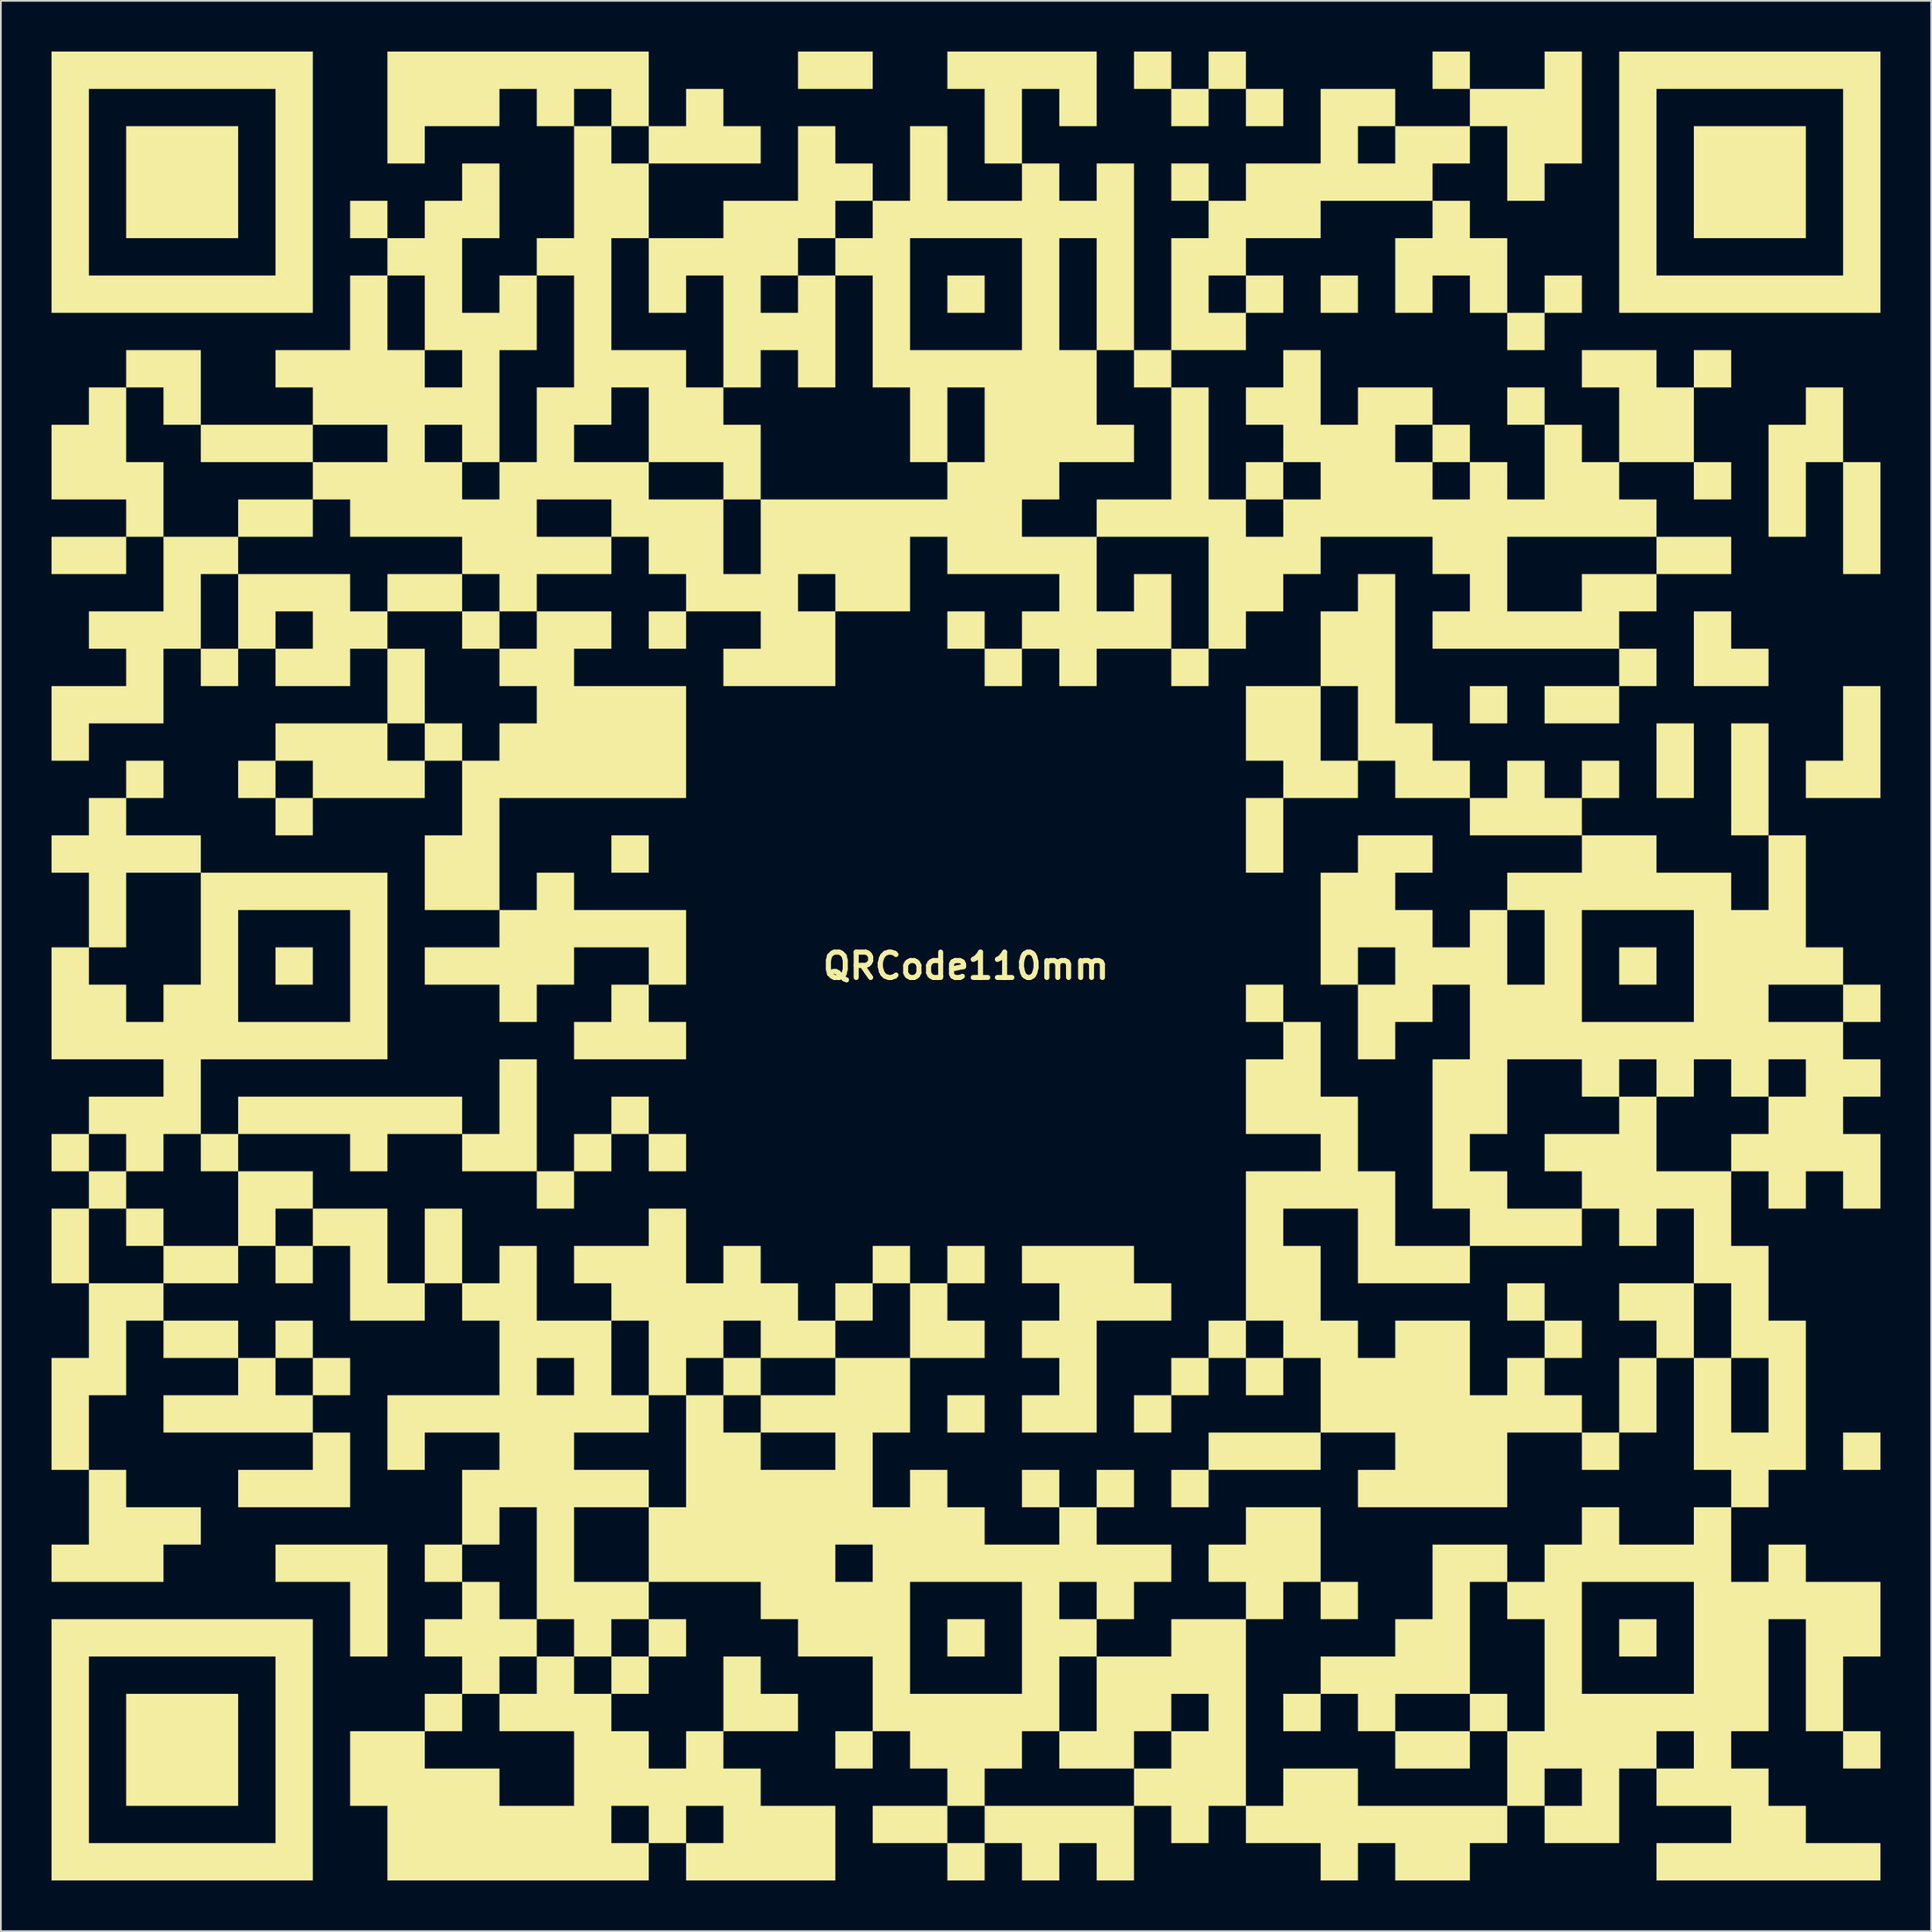
<source format=kicad_pcb>
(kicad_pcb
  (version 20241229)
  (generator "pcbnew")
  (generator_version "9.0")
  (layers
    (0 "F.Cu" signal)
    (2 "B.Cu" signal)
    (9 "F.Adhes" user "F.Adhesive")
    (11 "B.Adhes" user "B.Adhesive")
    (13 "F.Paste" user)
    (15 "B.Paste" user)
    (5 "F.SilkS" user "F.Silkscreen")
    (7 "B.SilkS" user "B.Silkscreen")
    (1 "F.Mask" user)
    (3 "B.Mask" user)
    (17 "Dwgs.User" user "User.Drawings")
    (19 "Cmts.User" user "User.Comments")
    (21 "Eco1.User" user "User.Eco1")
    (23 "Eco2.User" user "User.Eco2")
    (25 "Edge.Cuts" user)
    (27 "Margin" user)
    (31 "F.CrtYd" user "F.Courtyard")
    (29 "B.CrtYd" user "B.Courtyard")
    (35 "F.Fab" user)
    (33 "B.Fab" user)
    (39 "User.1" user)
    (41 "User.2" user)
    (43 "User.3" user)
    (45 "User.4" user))
  (footprint "QRCode110mm"
    (layer "F.Cu")
    (at 54.113 54.113)
    (property "Reference" "QRCode110mm" (at 0 0 0) (layer "F.SilkS") (effects (font (size 1.5 1.5) (thickness 0.3))))
    (attr board_only exclude_from_pos_files exclude_from_bom)
    (fp_poly (pts (xy -47.487 15.461) (xy -47.487 16.565) (xy -48.591 16.565) (xy -49.696 16.565) (xy -49.696 15.461) (xy -49.696 14.357) (xy -48.591 14.357) (xy -47.487 14.357)) (stroke (width 0) (type solid)) (fill yes) (layer "F.SilkS"))
    (fp_poly (pts (xy -43.07 -46.383) (xy -43.07 -43.07) (xy -46.383 -43.07) (xy -49.696 -43.07) (xy -49.696 -46.383) (xy -49.696 -49.696) (xy -46.383 -49.696) (xy -43.07 -49.696)) (stroke (width 0) (type solid)) (fill yes) (layer "F.SilkS"))
    (fp_poly (pts (xy -43.07 46.383) (xy -43.07 49.696) (xy -46.383 49.696) (xy -49.696 49.696) (xy -49.696 46.383) (xy -49.696 43.07) (xy -46.383 43.07) (xy -43.07 43.07)) (stroke (width 0) (type solid)) (fill yes) (layer "F.SilkS"))
    (fp_poly (pts (xy -38.652 -26.504) (xy -38.652 -25.4) (xy -40.861 -25.4) (xy -43.07 -25.4) (xy -43.07 -26.504) (xy -43.07 -27.609) (xy -40.861 -27.609) (xy -38.652 -27.609)) (stroke (width 0) (type solid)) (fill yes) (layer "F.SilkS"))
    (fp_poly (pts (xy -38.652 0) (xy -38.652 1.104) (xy -39.757 1.104) (xy -40.861 1.104) (xy -40.861 0) (xy -40.861 -1.104) (xy -39.757 -1.104) (xy -38.652 -1.104)) (stroke (width 0) (type solid)) (fill yes) (layer "F.SilkS"))
    (fp_poly (pts (xy -29.817 -22.087) (xy -29.817 -20.983) (xy -32.026 -20.983) (xy -34.235 -20.983) (xy -34.235 -22.087) (xy -34.235 -23.191) (xy -32.026 -23.191) (xy -29.817 -23.191)) (stroke (width 0) (type solid)) (fill yes) (layer "F.SilkS"))
    (fp_poly (pts (xy -27.609 -19.878) (xy -27.609 -18.774) (xy -28.713 -18.774) (xy -29.817 -18.774) (xy -29.817 -19.878) (xy -29.817 -20.983) (xy -28.713 -20.983) (xy -27.609 -20.983)) (stroke (width 0) (type solid)) (fill yes) (layer "F.SilkS"))
    (fp_poly (pts (xy -18.774 -6.626) (xy -18.774 -5.522) (xy -19.878 -5.522) (xy -20.983 -5.522) (xy -20.983 -6.626) (xy -20.983 -7.73) (xy -19.878 -7.73) (xy -18.774 -7.73)) (stroke (width 0) (type solid)) (fill yes) (layer "F.SilkS"))
    (fp_poly (pts (xy -16.565 11.043) (xy -16.565 12.148) (xy -17.67 12.148) (xy -18.774 12.148) (xy -18.774 11.043) (xy -18.774 9.939) (xy -17.67 9.939) (xy -16.565 9.939)) (stroke (width 0) (type solid)) (fill yes) (layer "F.SilkS"))
    (fp_poly (pts (xy -12.148 24.296) (xy -12.148 25.4) (xy -13.252 25.4) (xy -14.357 25.4) (xy -14.357 24.296) (xy -14.357 23.191) (xy -13.252 23.191) (xy -12.148 23.191)) (stroke (width 0) (type solid)) (fill yes) (layer "F.SilkS"))
    (fp_poly (pts (xy -5.522 -53.009) (xy -5.522 -51.904) (xy -7.73 -51.904) (xy -9.939 -51.904) (xy -9.939 -53.009) (xy -9.939 -54.113) (xy -7.73 -54.113) (xy -5.522 -54.113)) (stroke (width 0) (type solid)) (fill yes) (layer "F.SilkS"))
    (fp_poly (pts (xy 1.104 -39.757) (xy 1.104 -38.652) (xy 0 -38.652) (xy -1.104 -38.652) (xy -1.104 -39.757) (xy -1.104 -40.861) (xy 0 -40.861) (xy 1.104 -40.861)) (stroke (width 0) (type solid)) (fill yes) (layer "F.SilkS"))
    (fp_poly (pts (xy 1.104 26.504) (xy 1.104 27.609) (xy 0 27.609) (xy -1.104 27.609) (xy -1.104 26.504) (xy -1.104 25.4) (xy 0 25.4) (xy 1.104 25.4)) (stroke (width 0) (type solid)) (fill yes) (layer "F.SilkS"))
    (fp_poly (pts (xy 1.104 39.757) (xy 1.104 40.861) (xy 0 40.861) (xy -1.104 40.861) (xy -1.104 39.757) (xy -1.104 38.652) (xy 0 38.652) (xy 1.104 38.652)) (stroke (width 0) (type solid)) (fill yes) (layer "F.SilkS"))
    (fp_poly (pts (xy 18.774 -50.8) (xy 18.774 -49.696) (xy 17.67 -49.696) (xy 16.565 -49.696) (xy 16.565 -50.8) (xy 16.565 -51.904) (xy 17.67 -51.904) (xy 18.774 -51.904)) (stroke (width 0) (type solid)) (fill yes) (layer "F.SilkS"))
    (fp_poly (pts (xy 18.774 2.209) (xy 18.774 3.313) (xy 17.67 3.313) (xy 16.565 3.313) (xy 16.565 2.209) (xy 16.565 1.104) (xy 17.67 1.104) (xy 18.774 1.104)) (stroke (width 0) (type solid)) (fill yes) (layer "F.SilkS"))
    (fp_poly (pts (xy 23.191 -39.757) (xy 23.191 -38.652) (xy 22.087 -38.652) (xy 20.983 -38.652) (xy 20.983 -39.757) (xy 20.983 -40.861) (xy 22.087 -40.861) (xy 23.191 -40.861)) (stroke (width 0) (type solid)) (fill yes) (layer "F.SilkS"))
    (fp_poly (pts (xy 23.191 37.548) (xy 23.191 38.652) (xy 22.087 38.652) (xy 20.983 38.652) (xy 20.983 37.548) (xy 20.983 36.443) (xy 22.087 36.443) (xy 23.191 36.443)) (stroke (width 0) (type solid)) (fill yes) (layer "F.SilkS"))
    (fp_poly (pts (xy 32.026 -15.461) (xy 32.026 -14.357) (xy 30.922 -14.357) (xy 29.817 -14.357) (xy 29.817 -15.461) (xy 29.817 -16.565) (xy 30.922 -16.565) (xy 32.026 -16.565)) (stroke (width 0) (type solid)) (fill yes) (layer "F.SilkS"))
    (fp_poly (pts (xy 34.235 -33.13) (xy 34.235 -32.026) (xy 33.13 -32.026) (xy 32.026 -32.026) (xy 32.026 -33.13) (xy 32.026 -34.235) (xy 33.13 -34.235) (xy 34.235 -34.235)) (stroke (width 0) (type solid)) (fill yes) (layer "F.SilkS"))
    (fp_poly (pts (xy 34.235 19.878) (xy 34.235 20.983) (xy 33.13 20.983) (xy 32.026 20.983) (xy 32.026 19.878) (xy 32.026 18.774) (xy 33.13 18.774) (xy 34.235 18.774)) (stroke (width 0) (type solid)) (fill yes) (layer "F.SilkS"))
    (fp_poly (pts (xy 36.443 22.087) (xy 36.443 23.191) (xy 35.339 23.191) (xy 34.235 23.191) (xy 34.235 22.087) (xy 34.235 20.983) (xy 35.339 20.983) (xy 36.443 20.983)) (stroke (width 0) (type solid)) (fill yes) (layer "F.SilkS"))
    (fp_poly (pts (xy 40.861 0) (xy 40.861 1.104) (xy 39.757 1.104) (xy 38.652 1.104) (xy 38.652 0) (xy 38.652 -1.104) (xy 39.757 -1.104) (xy 40.861 -1.104)) (stroke (width 0) (type solid)) (fill yes) (layer "F.SilkS"))
    (fp_poly (pts (xy 40.861 39.757) (xy 40.861 40.861) (xy 39.757 40.861) (xy 38.652 40.861) (xy 38.652 39.757) (xy 38.652 38.652) (xy 39.757 38.652) (xy 40.861 38.652)) (stroke (width 0) (type solid)) (fill yes) (layer "F.SilkS"))
    (fp_poly (pts (xy 43.07 -12.148) (xy 43.07 -9.939) (xy 41.965 -9.939) (xy 40.861 -9.939) (xy 40.861 -12.148) (xy 40.861 -14.357) (xy 41.965 -14.357) (xy 43.07 -14.357)) (stroke (width 0) (type solid)) (fill yes) (layer "F.SilkS"))
    (fp_poly (pts (xy 45.278 -28.713) (xy 45.278 -27.609) (xy 44.174 -27.609) (xy 43.07 -27.609) (xy 43.07 -28.713) (xy 43.07 -29.817) (xy 44.174 -29.817) (xy 45.278 -29.817)) (stroke (width 0) (type solid)) (fill yes) (layer "F.SilkS"))
    (fp_poly (pts (xy 47.487 -11.043) (xy 47.487 -7.73) (xy 46.383 -7.73) (xy 45.278 -7.73) (xy 45.278 -11.043) (xy 45.278 -14.357) (xy 46.383 -14.357) (xy 47.487 -14.357)) (stroke (width 0) (type solid)) (fill yes) (layer "F.SilkS"))
    (fp_poly (pts (xy 49.696 -46.383) (xy 49.696 -43.07) (xy 46.383 -43.07) (xy 43.07 -43.07) (xy 43.07 -46.383) (xy 43.07 -49.696) (xy 46.383 -49.696) (xy 49.696 -49.696)) (stroke (width 0) (type solid)) (fill yes) (layer "F.SilkS"))
    (fp_poly (pts (xy 54.113 -26.504) (xy 54.113 -23.191) (xy 53.009 -23.191) (xy 51.904 -23.191) (xy 51.904 -26.504) (xy 51.904 -29.817) (xy 53.009 -29.817) (xy 54.113 -29.817)) (stroke (width 0) (type solid)) (fill yes) (layer "F.SilkS"))
    (fp_poly (pts (xy 54.113 28.713) (xy 54.113 29.817) (xy 53.009 29.817) (xy 51.904 29.817) (xy 51.904 28.713) (xy 51.904 27.609) (xy 53.009 27.609) (xy 54.113 27.609)) (stroke (width 0) (type solid)) (fill yes) (layer "F.SilkS"))
    (fp_poly (pts (xy 54.113 46.383) (xy 54.113 47.487) (xy 53.009 47.487) (xy 51.904 47.487) (xy 51.904 46.383) (xy 51.904 45.278) (xy 53.009 45.278) (xy 54.113 45.278)) (stroke (width 0) (type solid)) (fill yes) (layer "F.SilkS"))
    (fp_poly (pts (xy -36.443 29.817) (xy -36.443 32.026) (xy -39.757 32.026) (xy -43.07 32.026) (xy -43.07 30.922) (xy -43.07 29.817) (xy -40.861 29.817) (xy -38.652 29.817) (xy -38.652 28.713) (xy -38.652 27.609) (xy -37.548 27.609) (xy -36.443 27.609)) (stroke (width 0) (type solid)) (fill yes) (layer "F.SilkS"))
    (fp_poly (pts (xy -34.235 37.548) (xy -34.235 40.861) (xy -35.339 40.861) (xy -36.443 40.861) (xy -36.443 38.652) (xy -36.443 36.443) (xy -38.652 36.443) (xy -40.861 36.443) (xy -40.861 35.339) (xy -40.861 34.235) (xy -37.548 34.235) (xy -34.235 34.235)) (stroke (width 0) (type solid)) (fill yes) (layer "F.SilkS"))
    (fp_poly (pts (xy 45.278 -19.878) (xy 45.278 -18.774) (xy 46.383 -18.774) (xy 47.487 -18.774) (xy 47.487 -17.67) (xy 47.487 -16.565) (xy 45.278 -16.565) (xy 43.07 -16.565) (xy 43.07 -18.774) (xy 43.07 -20.983) (xy 44.174 -20.983) (xy 45.278 -20.983)) (stroke (width 0) (type solid)) (fill yes) (layer "F.SilkS"))
    (fp_poly (pts (xy 54.113 -13.252) (xy 54.113 -9.939) (xy 51.904 -9.939) (xy 49.696 -9.939) (xy 49.696 -11.043) (xy 49.696 -12.148) (xy 50.8 -12.148) (xy 51.904 -12.148) (xy 51.904 -14.357) (xy 51.904 -16.565) (xy 53.009 -16.565) (xy 54.113 -16.565)) (stroke (width 0) (type solid)) (fill yes) (layer "F.SilkS"))
    (fp_poly (pts (xy 40.861 -17.67) (xy 40.861 -16.565) (xy 39.757 -16.565) (xy 38.652 -16.565) (xy 38.652 -15.461) (xy 38.652 -14.357) (xy 36.443 -14.357) (xy 34.235 -14.357) (xy 34.235 -15.461) (xy 34.235 -16.565) (xy 36.443 -16.565) (xy 38.652 -16.565) (xy 38.652 -17.67) (xy 38.652 -18.774) (xy 39.757 -18.774) (xy 40.861 -18.774)) (stroke (width 0) (type solid)) (fill yes) (layer "F.SilkS"))
    (fp_poly (pts (xy 51.904 -32.026) (xy 51.904 -29.817) (xy 50.8 -29.817) (xy 49.696 -29.817) (xy 49.696 -27.609) (xy 49.696 -25.4) (xy 48.591 -25.4) (xy 47.487 -25.4) (xy 47.487 -28.713) (xy 47.487 -32.026) (xy 48.591 -32.026) (xy 49.696 -32.026) (xy 49.696 -33.13) (xy 49.696 -34.235) (xy 50.8 -34.235) (xy 51.904 -34.235)) (stroke (width 0) (type solid)) (fill yes) (layer "F.SilkS"))
    (fp_poly (pts (xy -38.652 -46.383) (xy -38.652 -38.652) (xy -46.383 -38.652) (xy -54.113 -38.652) (xy -54.113 -46.383) (xy -51.904 -46.383) (xy -51.904 -40.861) (xy -46.383 -40.861) (xy -40.861 -40.861) (xy -40.861 -46.383) (xy -40.861 -51.904) (xy -46.383 -51.904) (xy -51.904 -51.904) (xy -51.904 -46.383) (xy -54.113 -46.383) (xy -54.113 -54.113) (xy -46.383 -54.113) (xy -38.652 -54.113)) (stroke (width 0) (type solid)) (fill yes) (layer "F.SilkS"))
    (fp_poly (pts (xy -38.652 46.383) (xy -38.652 54.113) (xy -46.383 54.113) (xy -54.113 54.113) (xy -54.113 46.383) (xy -51.904 46.383) (xy -51.904 51.904) (xy -46.383 51.904) (xy -40.861 51.904) (xy -40.861 46.383) (xy -40.861 40.861) (xy -46.383 40.861) (xy -51.904 40.861) (xy -51.904 46.383) (xy -54.113 46.383) (xy -54.113 38.652) (xy -46.383 38.652) (xy -38.652 38.652)) (stroke (width 0) (type solid)) (fill yes) (layer "F.SilkS"))
    (fp_poly (pts (xy 54.113 -46.383) (xy 54.113 -38.652) (xy 46.383 -38.652) (xy 38.652 -38.652) (xy 38.652 -46.383) (xy 40.861 -46.383) (xy 40.861 -40.861) (xy 46.383 -40.861) (xy 51.904 -40.861) (xy 51.904 -46.383) (xy 51.904 -51.904) (xy 46.383 -51.904) (xy 40.861 -51.904) (xy 40.861 -46.383) (xy 38.652 -46.383) (xy 38.652 -54.113) (xy 46.383 -54.113) (xy 54.113 -54.113)) (stroke (width 0) (type solid)) (fill yes) (layer "F.SilkS"))
    (fp_poly (pts (xy -49.696 30.922) (xy -49.696 32.026) (xy -47.487 32.026) (xy -45.278 32.026) (xy -45.278 33.13) (xy -45.278 34.235) (xy -46.383 34.235) (xy -47.487 34.235) (xy -47.487 35.339) (xy -47.487 36.443) (xy -50.8 36.443) (xy -54.113 36.443) (xy -54.113 35.339) (xy -54.113 34.235) (xy -53.009 34.235) (xy -51.904 34.235) (xy -51.904 32.026) (xy -51.904 29.817) (xy -50.8 29.817) (xy -49.696 29.817)) (stroke (width 0) (type solid)) (fill yes) (layer "F.SilkS"))
    (fp_poly (pts (xy 7.73 -51.904) (xy 7.73 -49.696) (xy 6.626 -49.696) (xy 5.522 -49.696) (xy 5.522 -50.8) (xy 5.522 -51.904) (xy 4.417 -51.904) (xy 3.313 -51.904) (xy 3.313 -49.696) (xy 3.313 -47.487) (xy 2.209 -47.487) (xy 1.104 -47.487) (xy 1.104 -49.696) (xy 1.104 -51.904) (xy 0 -51.904) (xy -1.104 -51.904) (xy -1.104 -53.009) (xy -1.104 -54.113) (xy 3.313 -54.113) (xy 7.73 -54.113)) (stroke (width 0) (type solid)) (fill yes) (layer "F.SilkS"))
    (fp_poly (pts (xy 12.148 -53.009) (xy 12.148 -51.904) (xy 13.252 -51.904) (xy 14.357 -51.904) (xy 14.357 -53.009) (xy 14.357 -54.113) (xy 15.461 -54.113) (xy 16.565 -54.113) (xy 16.565 -53.009) (xy 16.565 -51.904) (xy 15.461 -51.904) (xy 14.357 -51.904) (xy 14.357 -50.8) (xy 14.357 -49.696) (xy 13.252 -49.696) (xy 12.148 -49.696) (xy 12.148 -50.8) (xy 12.148 -51.904) (xy 11.043 -51.904) (xy 9.939 -51.904) (xy 9.939 -53.009) (xy 9.939 -54.113) (xy 11.043 -54.113) (xy 12.148 -54.113)) (stroke (width 0) (type solid)) (fill yes) (layer "F.SilkS"))
    (fp_poly (pts (xy 9.939 17.67) (xy 9.939 18.774) (xy 11.043 18.774) (xy 12.148 18.774) (xy 12.148 19.878) (xy 12.148 20.983) (xy 9.939 20.983) (xy 7.73 20.983) (xy 7.73 24.296) (xy 7.73 27.609) (xy 5.522 27.609) (xy 3.313 27.609) (xy 3.313 26.504) (xy 3.313 25.4) (xy 4.417 25.4) (xy 5.522 25.4) (xy 5.522 24.296) (xy 5.522 23.191) (xy 4.417 23.191) (xy 3.313 23.191) (xy 3.313 22.087) (xy 3.313 20.983) (xy 4.417 20.983) (xy 5.522 20.983) (xy 5.522 19.878) (xy 5.522 18.774) (xy 4.417 18.774) (xy 3.313 18.774) (xy 3.313 17.67) (xy 3.313 16.565) (xy 6.626 16.565) (xy 9.939 16.565)) (stroke (width 0) (type solid)) (fill yes) (layer "F.SilkS"))
    (fp_poly (pts (xy -43.07 22.087) (xy -43.07 23.191) (xy -41.965 23.191) (xy -40.861 23.191) (xy -40.861 22.087) (xy -40.861 20.983) (xy -39.757 20.983) (xy -38.652 20.983) (xy -38.652 22.087) (xy -38.652 23.191) (xy -39.757 23.191) (xy -40.861 23.191) (xy -40.861 24.296) (xy -40.861 25.4) (xy -39.757 25.4) (xy -38.652 25.4) (xy -38.652 24.296) (xy -38.652 23.191) (xy -37.548 23.191) (xy -36.443 23.191) (xy -36.443 24.296) (xy -36.443 25.4) (xy -37.548 25.4) (xy -38.652 25.4) (xy -38.652 26.504) (xy -38.652 27.609) (xy -43.07 27.609) (xy -47.487 27.609) (xy -47.487 26.504) (xy -47.487 25.4) (xy -45.278 25.4) (xy -43.07 25.4) (xy -43.07 24.296) (xy -43.07 23.191) (xy -45.278 23.191) (xy -47.487 23.191) (xy -47.487 22.087) (xy -47.487 20.983) (xy -45.278 20.983) (xy -43.07 20.983)) (stroke (width 0) (type solid)) (fill yes) (layer "F.SilkS"))
    (fp_poly (pts (xy 29.817 -44.174) (xy 29.817 -43.07) (xy 30.922 -43.07) (xy 32.026 -43.07) (xy 32.026 -40.861) (xy 32.026 -38.652) (xy 33.13 -38.652) (xy 34.235 -38.652) (xy 34.235 -39.757) (xy 34.235 -40.861) (xy 35.339 -40.861) (xy 36.443 -40.861) (xy 36.443 -39.757) (xy 36.443 -38.652) (xy 35.339 -38.652) (xy 34.235 -38.652) (xy 34.235 -37.548) (xy 34.235 -36.443) (xy 33.13 -36.443) (xy 32.026 -36.443) (xy 32.026 -37.548) (xy 32.026 -38.652) (xy 30.922 -38.652) (xy 29.817 -38.652) (xy 29.817 -39.757) (xy 29.817 -40.861) (xy 28.713 -40.861) (xy 27.609 -40.861) (xy 27.609 -39.757) (xy 27.609 -38.652) (xy 26.504 -38.652) (xy 25.4 -38.652) (xy 25.4 -40.861) (xy 25.4 -43.07) (xy 26.504 -43.07) (xy 27.609 -43.07) (xy 27.609 -44.174) (xy 27.609 -45.278) (xy 28.713 -45.278) (xy 29.817 -45.278)) (stroke (width 0) (type solid)) (fill yes) (layer "F.SilkS"))
    (fp_poly (pts (xy -43.07 -24.296) (xy -43.07 -23.191) (xy -44.174 -23.191) (xy -45.278 -23.191) (xy -45.278 -20.983) (xy -45.278 -18.774) (xy -44.174 -18.774) (xy -43.07 -18.774) (xy -43.07 -19.878) (xy -40.861 -19.878) (xy -40.861 -18.774) (xy -39.757 -18.774) (xy -38.652 -18.774) (xy -38.652 -19.878) (xy -38.652 -20.983) (xy -39.757 -20.983) (xy -40.861 -20.983) (xy -40.861 -19.878) (xy -43.07 -19.878) (xy -43.07 -20.983) (xy -43.07 -23.191) (xy -39.757 -23.191) (xy -36.443 -23.191) (xy -36.443 -22.087) (xy -36.443 -20.983) (xy -35.339 -20.983) (xy -34.235 -20.983) (xy -34.235 -19.878) (xy -34.235 -18.774) (xy -35.339 -18.774) (xy -36.443 -18.774) (xy -36.443 -17.67) (xy -36.443 -16.565) (xy -38.652 -16.565) (xy -40.861 -16.565) (xy -40.861 -17.67) (xy -40.861 -18.774) (xy -41.965 -18.774) (xy -43.07 -18.774) (xy -43.07 -17.67) (xy -43.07 -16.565) (xy -44.174 -16.565) (xy -45.278 -16.565) (xy -45.278 -17.67) (xy -45.278 -18.774) (xy -46.383 -18.774) (xy -47.487 -18.774) (xy -47.487 -16.565) (xy -47.487 -14.357) (xy -49.696 -14.357) (xy -51.904 -14.357) (xy -51.904 -13.252) (xy -51.904 -12.148) (xy -53.009 -12.148) (xy -54.113 -12.148) (xy -54.113 -14.357) (xy -54.113 -16.565) (xy -51.904 -16.565) (xy -49.696 -16.565) (xy -49.696 -17.67) (xy -49.696 -18.774) (xy -50.8 -18.774) (xy -51.904 -18.774) (xy -51.904 -19.878) (xy -51.904 -20.983) (xy -49.696 -20.983) (xy -47.487 -20.983) (xy -47.487 -23.191) (xy -47.487 -25.4) (xy -45.278 -25.4) (xy -43.07 -25.4)) (stroke (width 0) (type solid)) (fill yes) (layer "F.SilkS"))
    (fp_poly (pts (xy 25.4 -18.774) (xy 25.4 -14.357) (xy 26.504 -14.357) (xy 27.609 -14.357) (xy 27.609 -13.252) (xy 27.609 -12.148) (xy 28.713 -12.148) (xy 29.817 -12.148) (xy 29.817 -11.043) (xy 29.817 -9.939) (xy 30.922 -9.939) (xy 32.026 -9.939) (xy 32.026 -11.043) (xy 32.026 -12.148) (xy 33.13 -12.148) (xy 34.235 -12.148) (xy 34.235 -11.043) (xy 34.235 -9.939) (xy 35.339 -9.939) (xy 36.443 -9.939) (xy 36.443 -11.043) (xy 36.443 -12.148) (xy 37.548 -12.148) (xy 38.652 -12.148) (xy 38.652 -11.043) (xy 38.652 -9.939) (xy 37.548 -9.939) (xy 36.443 -9.939) (xy 36.443 -8.835) (xy 36.443 -7.73) (xy 33.13 -7.73) (xy 29.817 -7.73) (xy 29.817 -8.835) (xy 29.817 -9.939) (xy 27.609 -9.939) (xy 25.4 -9.939) (xy 25.4 -11.043) (xy 25.4 -12.148) (xy 24.296 -12.148) (xy 23.191 -12.148) (xy 23.191 -11.043) (xy 23.191 -9.939) (xy 20.983 -9.939) (xy 18.774 -9.939) (xy 18.774 -7.73) (xy 18.774 -5.522) (xy 17.67 -5.522) (xy 16.565 -5.522) (xy 16.565 -7.73) (xy 16.565 -9.939) (xy 17.67 -9.939) (xy 18.774 -9.939) (xy 18.774 -11.043) (xy 18.774 -12.148) (xy 17.67 -12.148) (xy 16.565 -12.148) (xy 16.565 -14.357) (xy 20.983 -14.357) (xy 20.983 -12.148) (xy 22.087 -12.148) (xy 23.191 -12.148) (xy 23.191 -14.357) (xy 23.191 -16.565) (xy 22.087 -16.565) (xy 20.983 -16.565) (xy 20.983 -14.357) (xy 16.565 -14.357) (xy 16.565 -16.565) (xy 18.774 -16.565) (xy 20.983 -16.565) (xy 20.983 -18.774) (xy 20.983 -20.983) (xy 22.087 -20.983) (xy 23.191 -20.983) (xy 23.191 -22.087) (xy 23.191 -23.191) (xy 24.296 -23.191) (xy 25.4 -23.191)) (stroke (width 0) (type solid)) (fill yes) (layer "F.SilkS"))
    (fp_poly (pts (xy -20.983 -19.878) (xy -20.983 -18.774) (xy -22.087 -18.774) (xy -23.191 -18.774) (xy -23.191 -17.67) (xy -23.191 -16.565) (xy -19.878 -16.565) (xy -16.565 -16.565) (xy -16.565 -13.252) (xy -16.565 -9.939) (xy -22.087 -9.939) (xy -27.609 -9.939) (xy -27.609 -6.626) (xy -27.609 -3.313) (xy -26.504 -3.313) (xy -25.4 -3.313) (xy -25.4 -4.417) (xy -25.4 -5.522) (xy -24.296 -5.522) (xy -23.191 -5.522) (xy -23.191 -4.417) (xy -23.191 -3.313) (xy -19.878 -3.313) (xy -16.565 -3.313) (xy -16.565 -1.104) (xy -16.565 1.104) (xy -17.67 1.104) (xy -18.774 1.104) (xy -18.774 2.209) (xy -18.774 3.313) (xy -17.67 3.313) (xy -16.565 3.313) (xy -16.565 4.417) (xy -16.565 5.522) (xy -19.878 5.522) (xy -23.191 5.522) (xy -23.191 4.417) (xy -23.191 3.313) (xy -22.087 3.313) (xy -20.983 3.313) (xy -20.983 2.209) (xy -20.983 1.104) (xy -19.878 1.104) (xy -18.774 1.104) (xy -18.774 0) (xy -18.774 -1.104) (xy -20.983 -1.104) (xy -23.191 -1.104) (xy -23.191 0) (xy -23.191 1.104) (xy -24.296 1.104) (xy -25.4 1.104) (xy -25.4 2.209) (xy -25.4 3.313) (xy -26.504 3.313) (xy -27.609 3.313) (xy -27.609 2.209) (xy -27.609 1.104) (xy -29.817 1.104) (xy -32.026 1.104) (xy -32.026 0) (xy -32.026 -1.104) (xy -29.817 -1.104) (xy -27.609 -1.104) (xy -27.609 -2.209) (xy -27.609 -3.313) (xy -29.817 -3.313) (xy -32.026 -3.313) (xy -32.026 -5.522) (xy -32.026 -7.73) (xy -30.922 -7.73) (xy -29.817 -7.73) (xy -29.817 -9.939) (xy -29.817 -12.148) (xy -30.922 -12.148) (xy -32.026 -12.148) (xy -32.026 -11.043) (xy -32.026 -9.939) (xy -35.339 -9.939) (xy -38.652 -9.939) (xy -38.652 -8.835) (xy -38.652 -7.73) (xy -39.757 -7.73) (xy -40.861 -7.73) (xy -40.861 -8.835) (xy -40.861 -9.939) (xy -41.965 -9.939) (xy -43.07 -9.939) (xy -43.07 -11.043) (xy -40.861 -11.043) (xy -40.861 -9.939) (xy -39.757 -9.939) (xy -38.652 -9.939) (xy -38.652 -11.043) (xy -38.652 -12.148) (xy -39.757 -12.148) (xy -40.861 -12.148) (xy -40.861 -11.043) (xy -43.07 -11.043) (xy -43.07 -12.148) (xy -41.965 -12.148) (xy -40.861 -12.148) (xy -40.861 -13.252) (xy -40.861 -14.357) (xy -37.548 -14.357) (xy -34.235 -14.357) (xy -34.235 -16.565) (xy -34.235 -18.774) (xy -33.13 -18.774) (xy -32.026 -18.774) (xy -32.026 -16.565) (xy -32.026 -14.357) (xy -33.13 -14.357) (xy -34.235 -14.357) (xy -34.235 -13.252) (xy -34.235 -12.148) (xy -33.13 -12.148) (xy -32.026 -12.148) (xy -32.026 -13.252) (xy -32.026 -14.357) (xy -30.922 -14.357) (xy -29.817 -14.357) (xy -29.817 -13.252) (xy -29.817 -12.148) (xy -28.713 -12.148) (xy -27.609 -12.148) (xy -27.609 -13.252) (xy -27.609 -14.357) (xy -26.504 -14.357) (xy -25.4 -14.357) (xy -25.4 -15.461) (xy -25.4 -16.565) (xy -26.504 -16.565) (xy -27.609 -16.565) (xy -27.609 -17.67) (xy -27.609 -18.774) (xy -26.504 -18.774) (xy -25.4 -18.774) (xy -25.4 -19.878) (xy -25.4 -20.983) (xy -23.191 -20.983) (xy -20.983 -20.983)) (stroke (width 0) (type solid)) (fill yes) (layer "F.SilkS"))
    (fp_poly (pts (xy -47.487 -11.043) (xy -47.487 -9.939) (xy -48.591 -9.939) (xy -49.696 -9.939) (xy -49.696 -8.835) (xy -49.696 -7.73) (xy -47.487 -7.73) (xy -45.278 -7.73) (xy -45.278 -6.626) (xy -45.278 -5.522) (xy -47.487 -5.522) (xy -49.696 -5.522) (xy -49.696 -3.313) (xy -49.696 -1.104) (xy -50.8 -1.104) (xy -51.904 -1.104) (xy -51.904 0) (xy -51.904 1.104) (xy -50.8 1.104) (xy -49.696 1.104) (xy -49.696 2.209) (xy -49.696 3.313) (xy -48.591 3.313) (xy -47.487 3.313) (xy -47.487 2.209) (xy -47.487 1.104) (xy -46.383 1.104) (xy -45.278 1.104) (xy -45.278 0) (xy -43.07 0) (xy -43.07 3.313) (xy -39.757 3.313) (xy -36.443 3.313) (xy -36.443 0) (xy -36.443 -3.313) (xy -39.757 -3.313) (xy -43.07 -3.313) (xy -43.07 0) (xy -45.278 0) (xy -45.278 -2.209) (xy -45.278 -5.522) (xy -39.757 -5.522) (xy -34.235 -5.522) (xy -34.235 0) (xy -34.235 5.522) (xy -39.757 5.522) (xy -45.278 5.522) (xy -45.278 7.73) (xy -45.278 9.939) (xy -44.174 9.939) (xy -43.07 9.939) (xy -43.07 8.835) (xy -43.07 7.73) (xy -36.443 7.73) (xy -29.817 7.73) (xy -29.817 8.835) (xy -29.817 9.939) (xy -28.713 9.939) (xy -27.609 9.939) (xy -27.609 7.73) (xy -27.609 5.522) (xy -26.504 5.522) (xy -25.4 5.522) (xy -25.4 8.835) (xy -25.4 12.148) (xy -24.296 12.148) (xy -23.191 12.148) (xy -23.191 11.043) (xy -23.191 9.939) (xy -22.087 9.939) (xy -20.983 9.939) (xy -20.983 8.835) (xy -20.983 7.73) (xy -19.878 7.73) (xy -18.774 7.73) (xy -18.774 8.835) (xy -18.774 9.939) (xy -19.878 9.939) (xy -20.983 9.939) (xy -20.983 11.043) (xy -20.983 12.148) (xy -22.087 12.148) (xy -23.191 12.148) (xy -23.191 13.252) (xy -23.191 14.357) (xy -24.296 14.357) (xy -25.4 14.357) (xy -25.4 13.252) (xy -25.4 12.148) (xy -27.609 12.148) (xy -29.817 12.148) (xy -29.817 11.043) (xy -29.817 9.939) (xy -32.026 9.939) (xy -34.235 9.939) (xy -34.235 11.043) (xy -34.235 12.148) (xy -35.339 12.148) (xy -36.443 12.148) (xy -36.443 11.043) (xy -36.443 9.939) (xy -39.757 9.939) (xy -43.07 9.939) (xy -43.07 11.043) (xy -43.07 12.148) (xy -44.174 12.148) (xy -45.278 12.148) (xy -45.278 11.043) (xy -45.278 9.939) (xy -46.383 9.939) (xy -47.487 9.939) (xy -47.487 11.043) (xy -47.487 12.148) (xy -48.591 12.148) (xy -49.696 12.148) (xy -49.696 11.043) (xy -49.696 9.939) (xy -50.8 9.939) (xy -51.904 9.939) (xy -51.904 11.043) (xy -51.904 12.148) (xy -53.009 12.148) (xy -54.113 12.148) (xy -54.113 11.043) (xy -54.113 9.939) (xy -53.009 9.939) (xy -51.904 9.939) (xy -51.904 8.835) (xy -51.904 7.73) (xy -49.696 7.73) (xy -47.487 7.73) (xy -47.487 6.626) (xy -47.487 5.522) (xy -50.8 5.522) (xy -54.113 5.522) (xy -54.113 2.209) (xy -54.113 -1.104) (xy -53.009 -1.104) (xy -51.904 -1.104) (xy -51.904 -3.313) (xy -51.904 -5.522) (xy -53.009 -5.522) (xy -54.113 -5.522) (xy -54.113 -6.626) (xy -54.113 -7.73) (xy -53.009 -7.73) (xy -51.904 -7.73) (xy -51.904 -8.835) (xy -51.904 -9.939) (xy -50.8 -9.939) (xy -49.696 -9.939) (xy -49.696 -11.043) (xy -49.696 -12.148) (xy -48.591 -12.148) (xy -47.487 -12.148)) (stroke (width 0) (type solid)) (fill yes) (layer "F.SilkS"))
    (fp_poly (pts (xy -18.774 -51.904) (xy -18.774 -49.696) (xy -17.67 -49.696) (xy -16.565 -49.696) (xy -16.565 -50.8) (xy -16.565 -51.904) (xy -15.461 -51.904) (xy -14.357 -51.904) (xy -14.357 -50.8) (xy -14.357 -49.696) (xy -13.252 -49.696) (xy -12.148 -49.696) (xy -12.148 -48.591) (xy -12.148 -47.487) (xy -15.461 -47.487) (xy -18.774 -47.487) (xy -18.774 -45.278) (xy -18.774 -43.07) (xy -16.565 -43.07) (xy -14.357 -43.07) (xy -14.357 -44.174) (xy -14.357 -45.278) (xy -12.148 -45.278) (xy -9.939 -45.278) (xy -9.939 -47.487) (xy -9.939 -49.696) (xy -8.835 -49.696) (xy -7.73 -49.696) (xy -7.73 -48.591) (xy -7.73 -47.487) (xy -6.626 -47.487) (xy -5.522 -47.487) (xy -5.522 -46.383) (xy -5.522 -45.278) (xy -4.417 -45.278) (xy -3.313 -45.278) (xy -3.313 -47.487) (xy -3.313 -49.696) (xy -2.209 -49.696) (xy -1.104 -49.696) (xy -1.104 -47.487) (xy -1.104 -45.278) (xy 1.104 -45.278) (xy 3.313 -45.278) (xy 3.313 -46.383) (xy 3.313 -47.487) (xy 4.417 -47.487) (xy 5.522 -47.487) (xy 5.522 -46.383) (xy 5.522 -45.278) (xy 6.626 -45.278) (xy 7.73 -45.278) (xy 7.73 -46.383) (xy 7.73 -47.487) (xy 8.835 -47.487) (xy 9.939 -47.487) (xy 9.939 -41.965) (xy 9.939 -36.443) (xy 11.043 -36.443) (xy 12.148 -36.443) (xy 12.148 -39.757) (xy 12.148 -43.07) (xy 13.252 -43.07) (xy 14.357 -43.07) (xy 14.357 -44.174) (xy 14.357 -45.278) (xy 13.252 -45.278) (xy 12.148 -45.278) (xy 12.148 -46.383) (xy 12.148 -47.487) (xy 13.252 -47.487) (xy 14.357 -47.487) (xy 14.357 -46.383) (xy 14.357 -45.278) (xy 15.461 -45.278) (xy 16.565 -45.278) (xy 16.565 -46.383) (xy 16.565 -47.487) (xy 18.774 -47.487) (xy 20.983 -47.487) (xy 20.983 -48.591) (xy 23.191 -48.591) (xy 23.191 -47.487) (xy 24.296 -47.487) (xy 25.4 -47.487) (xy 25.4 -48.591) (xy 25.4 -49.696) (xy 24.296 -49.696) (xy 23.191 -49.696) (xy 23.191 -48.591) (xy 20.983 -48.591) (xy 20.983 -49.696) (xy 20.983 -51.904) (xy 23.191 -51.904) (xy 25.4 -51.904) (xy 25.4 -50.8) (xy 25.4 -49.696) (xy 27.609 -49.696) (xy 29.817 -49.696) (xy 29.817 -50.8) (xy 29.817 -51.904) (xy 28.713 -51.904) (xy 27.609 -51.904) (xy 27.609 -53.009) (xy 27.609 -54.113) (xy 28.713 -54.113) (xy 29.817 -54.113) (xy 29.817 -53.009) (xy 29.817 -51.904) (xy 32.026 -51.904) (xy 34.235 -51.904) (xy 34.235 -53.009) (xy 34.235 -54.113) (xy 35.339 -54.113) (xy 36.443 -54.113) (xy 36.443 -50.8) (xy 36.443 -47.487) (xy 35.339 -47.487) (xy 34.235 -47.487) (xy 34.235 -46.383) (xy 34.235 -45.278) (xy 33.13 -45.278) (xy 32.026 -45.278) (xy 32.026 -47.487) (xy 32.026 -49.696) (xy 30.922 -49.696) (xy 29.817 -49.696) (xy 29.817 -48.591) (xy 29.817 -47.487) (xy 28.713 -47.487) (xy 27.609 -47.487) (xy 27.609 -46.383) (xy 27.609 -45.278) (xy 24.296 -45.278) (xy 20.983 -45.278) (xy 20.983 -44.174) (xy 20.983 -43.07) (xy 18.774 -43.07) (xy 16.565 -43.07) (xy 16.565 -41.965) (xy 16.565 -40.861) (xy 15.461 -40.861) (xy 14.357 -40.861) (xy 14.357 -39.757) (xy 14.357 -38.652) (xy 15.461 -38.652) (xy 16.565 -38.652) (xy 16.565 -39.757) (xy 16.565 -40.861) (xy 17.67 -40.861) (xy 18.774 -40.861) (xy 18.774 -39.757) (xy 18.774 -38.652) (xy 17.67 -38.652) (xy 16.565 -38.652) (xy 16.565 -37.548) (xy 16.565 -36.443) (xy 14.357 -36.443) (xy 12.148 -36.443) (xy 12.148 -35.339) (xy 12.148 -34.235) (xy 11.043 -34.235) (xy 9.939 -34.235) (xy 9.939 -35.339) (xy 9.939 -36.443) (xy 8.835 -36.443) (xy 7.73 -36.443) (xy 7.73 -34.235) (xy 7.73 -32.026) (xy 8.835 -32.026) (xy 9.939 -32.026) (xy 9.939 -30.922) (xy 9.939 -29.817) (xy 7.73 -29.817) (xy 5.522 -29.817) (xy 5.522 -28.713) (xy 5.522 -27.609) (xy 4.417 -27.609) (xy 3.313 -27.609) (xy 3.313 -26.504) (xy 3.313 -25.4) (xy 5.522 -25.4) (xy 7.73 -25.4) (xy 7.73 -26.504) (xy 7.73 -27.609) (xy 9.939 -27.609) (xy 12.148 -27.609) (xy 12.148 -30.922) (xy 12.148 -34.235) (xy 13.252 -34.235) (xy 14.357 -34.235) (xy 14.357 -30.922) (xy 14.357 -27.609) (xy 15.461 -27.609) (xy 16.565 -27.609) (xy 16.565 -26.504) (xy 16.565 -25.4) (xy 17.67 -25.4) (xy 18.774 -25.4) (xy 18.774 -26.504) (xy 18.774 -27.609) (xy 19.878 -27.609) (xy 20.983 -27.609) (xy 20.983 -28.713) (xy 20.983 -29.817) (xy 19.878 -29.817) (xy 18.774 -29.817) (xy 18.774 -28.713) (xy 18.774 -27.609) (xy 17.67 -27.609) (xy 16.565 -27.609) (xy 16.565 -28.713) (xy 16.565 -29.817) (xy 17.67 -29.817) (xy 18.774 -29.817) (xy 18.774 -30.922) (xy 18.774 -32.026) (xy 17.67 -32.026) (xy 16.565 -32.026) (xy 16.565 -33.13) (xy 16.565 -34.235) (xy 17.67 -34.235) (xy 18.774 -34.235) (xy 18.774 -35.339) (xy 18.774 -36.443) (xy 19.878 -36.443) (xy 20.983 -36.443) (xy 20.983 -34.235) (xy 20.983 -32.026) (xy 22.087 -32.026) (xy 23.191 -32.026) (xy 23.191 -33.13) (xy 23.191 -34.235) (xy 25.4 -34.235) (xy 27.609 -34.235) (xy 27.609 -33.13) (xy 27.609 -32.026) (xy 26.504 -32.026) (xy 25.4 -32.026) (xy 25.4 -30.922) (xy 25.4 -29.817) (xy 26.504 -29.817) (xy 27.609 -29.817) (xy 27.609 -30.922) (xy 27.609 -32.026) (xy 28.713 -32.026) (xy 29.817 -32.026) (xy 29.817 -30.922) (xy 29.817 -29.817) (xy 28.713 -29.817) (xy 27.609 -29.817) (xy 27.609 -28.713) (xy 27.609 -27.609) (xy 28.713 -27.609) (xy 29.817 -27.609) (xy 29.817 -28.713) (xy 29.817 -29.817) (xy 30.922 -29.817) (xy 32.026 -29.817) (xy 32.026 -28.713) (xy 32.026 -27.609) (xy 33.13 -27.609) (xy 34.235 -27.609) (xy 34.235 -29.817) (xy 34.235 -32.026) (xy 35.339 -32.026) (xy 36.443 -32.026) (xy 36.443 -30.922) (xy 36.443 -29.817) (xy 37.548 -29.817) (xy 38.652 -29.817) (xy 38.652 -32.026) (xy 38.652 -34.235) (xy 37.548 -34.235) (xy 36.443 -34.235) (xy 36.443 -35.339) (xy 36.443 -36.443) (xy 38.652 -36.443) (xy 40.861 -36.443) (xy 40.861 -35.339) (xy 40.861 -34.235) (xy 41.965 -34.235) (xy 43.07 -34.235) (xy 43.07 -35.339) (xy 43.07 -36.443) (xy 44.174 -36.443) (xy 45.278 -36.443) (xy 45.278 -35.339) (xy 45.278 -34.235) (xy 44.174 -34.235) (xy 43.07 -34.235) (xy 43.07 -32.026) (xy 43.07 -29.817) (xy 40.861 -29.817) (xy 38.652 -29.817) (xy 38.652 -28.713) (xy 38.652 -27.609) (xy 39.757 -27.609) (xy 40.861 -27.609) (xy 40.861 -26.504) (xy 40.861 -25.4) (xy 36.443 -25.4) (xy 32.026 -25.4) (xy 32.026 -23.191) (xy 32.026 -20.983) (xy 34.235 -20.983) (xy 36.443 -20.983) (xy 36.443 -22.087) (xy 36.443 -23.191) (xy 38.652 -23.191) (xy 40.861 -23.191) (xy 40.861 -24.296) (xy 40.861 -25.4) (xy 43.07 -25.4) (xy 45.278 -25.4) (xy 45.278 -24.296) (xy 45.278 -23.191) (xy 43.07 -23.191) (xy 40.861 -23.191) (xy 40.861 -22.087) (xy 40.861 -20.983) (xy 39.757 -20.983) (xy 38.652 -20.983) (xy 38.652 -19.878) (xy 38.652 -18.774) (xy 33.13 -18.774) (xy 27.609 -18.774) (xy 27.609 -19.878) (xy 27.609 -20.983) (xy 28.713 -20.983) (xy 29.817 -20.983) (xy 29.817 -22.087) (xy 29.817 -23.191) (xy 28.713 -23.191) (xy 27.609 -23.191) (xy 27.609 -24.296) (xy 27.609 -25.4) (xy 24.296 -25.4) (xy 20.983 -25.4) (xy 20.983 -24.296) (xy 20.983 -23.191) (xy 19.878 -23.191) (xy 18.774 -23.191) (xy 18.774 -22.087) (xy 18.774 -20.983) (xy 17.67 -20.983) (xy 16.565 -20.983) (xy 16.565 -19.878) (xy 16.565 -18.774) (xy 15.461 -18.774) (xy 14.357 -18.774) (xy 14.357 -17.67) (xy 14.357 -16.565) (xy 13.252 -16.565) (xy 12.148 -16.565) (xy 12.148 -17.67) (xy 12.148 -18.774) (xy 9.939 -18.774) (xy 7.73 -18.774) (xy 7.73 -17.67) (xy 7.73 -16.565) (xy 6.626 -16.565) (xy 5.522 -16.565) (xy 5.522 -17.67) (xy 5.522 -18.774) (xy 4.417 -18.774) (xy 3.313 -18.774) (xy 3.313 -17.67) (xy 3.313 -16.565) (xy 2.209 -16.565) (xy 1.104 -16.565) (xy 1.104 -17.67) (xy 1.104 -18.774) (xy 0 -18.774) (xy -1.104 -18.774) (xy -1.104 -19.878) (xy -1.104 -20.983) (xy 0 -20.983) (xy 1.104 -20.983) (xy 1.104 -19.878) (xy 1.104 -18.774) (xy 2.209 -18.774) (xy 3.313 -18.774) (xy 3.313 -19.878) (xy 3.313 -20.983) (xy 4.417 -20.983) (xy 5.522 -20.983) (xy 5.522 -22.087) (xy 5.522 -23.191) (xy 7.73 -23.191) (xy 7.73 -20.983) (xy 8.835 -20.983) (xy 9.939 -20.983) (xy 9.939 -22.087) (xy 9.939 -23.191) (xy 11.043 -23.191) (xy 12.148 -23.191) (xy 12.148 -20.983) (xy 12.148 -18.774) (xy 13.252 -18.774) (xy 14.357 -18.774) (xy 14.357 -22.087) (xy 14.357 -25.4) (xy 11.043 -25.4) (xy 7.73 -25.4) (xy 7.73 -23.191) (xy 5.522 -23.191) (xy 2.209 -23.191) (xy -1.104 -23.191) (xy -1.104 -24.296) (xy -1.104 -25.4) (xy -2.209 -25.4) (xy -3.313 -25.4) (xy -3.313 -23.191) (xy -3.313 -20.983) (xy -5.522 -20.983) (xy -7.73 -20.983) (xy -7.73 -18.774) (xy -7.73 -16.565) (xy -11.043 -16.565) (xy -14.357 -16.565) (xy -14.357 -17.67) (xy -14.357 -18.774) (xy -13.252 -18.774) (xy -12.148 -18.774) (xy -12.148 -19.878) (xy -12.148 -20.983) (xy -14.357 -20.983) (xy -16.565 -20.983) (xy -16.565 -19.878) (xy -16.565 -18.774) (xy -17.67 -18.774) (xy -18.774 -18.774) (xy -18.774 -19.878) (xy -18.774 -20.983) (xy -17.67 -20.983) (xy -16.565 -20.983) (xy -16.565 -22.087) (xy -9.939 -22.087) (xy -9.939 -20.983) (xy -8.835 -20.983) (xy -7.73 -20.983) (xy -7.73 -22.087) (xy -7.73 -23.191) (xy -8.835 -23.191) (xy -9.939 -23.191) (xy -9.939 -22.087) (xy -16.565 -22.087) (xy -16.565 -23.191) (xy -17.67 -23.191) (xy -18.774 -23.191) (xy -18.774 -24.296) (xy -18.774 -25.4) (xy -19.878 -25.4) (xy -20.983 -25.4) (xy -20.983 -24.296) (xy -20.983 -23.191) (xy -23.191 -23.191) (xy -25.4 -23.191) (xy -25.4 -22.087) (xy -25.4 -20.983) (xy -26.504 -20.983) (xy -27.609 -20.983) (xy -27.609 -22.087) (xy -27.609 -23.191) (xy -28.713 -23.191) (xy -29.817 -23.191) (xy -29.817 -24.296) (xy -29.817 -25.4) (xy -33.13 -25.4) (xy -36.443 -25.4) (xy -36.443 -26.504) (xy -25.4 -26.504) (xy -25.4 -25.4) (xy -23.191 -25.4) (xy -20.983 -25.4) (xy -20.983 -26.504) (xy -20.983 -27.609) (xy -23.191 -27.609) (xy -25.4 -27.609) (xy -25.4 -26.504) (xy -36.443 -26.504) (xy -36.443 -27.609) (xy -37.548 -27.609) (xy -38.652 -27.609) (xy -38.652 -28.713) (xy -38.652 -29.817) (xy -36.443 -29.817) (xy -34.235 -29.817) (xy -34.235 -30.922) (xy -34.235 -32.026) (xy -32.026 -32.026) (xy -32.026 -30.922) (xy -32.026 -29.817) (xy -30.922 -29.817) (xy -29.817 -29.817) (xy -29.817 -28.713) (xy -29.817 -27.609) (xy -28.713 -27.609) (xy -27.609 -27.609) (xy -27.609 -28.713) (xy -27.609 -29.817) (xy -26.504 -29.817) (xy -25.4 -29.817) (xy -25.4 -32.026) (xy -23.191 -32.026) (xy -23.191 -30.922) (xy -23.191 -29.817) (xy -20.983 -29.817) (xy -18.774 -29.817) (xy -18.774 -32.026) (xy -18.774 -34.235) (xy -19.878 -34.235) (xy -20.983 -34.235) (xy -20.983 -33.13) (xy -20.983 -32.026) (xy -22.087 -32.026) (xy -23.191 -32.026) (xy -25.4 -32.026) (xy -25.4 -34.235) (xy -24.296 -34.235) (xy -23.191 -34.235) (xy -23.191 -37.548) (xy -23.191 -39.757) (xy -20.983 -39.757) (xy -20.983 -36.443) (xy -18.774 -36.443) (xy -16.565 -36.443) (xy -16.565 -35.339) (xy -16.565 -34.235) (xy -15.461 -34.235) (xy -14.357 -34.235) (xy -14.357 -33.13) (xy -14.357 -32.026) (xy -13.252 -32.026) (xy -12.148 -32.026) (xy -12.148 -29.817) (xy -12.148 -27.609) (xy -13.252 -27.609) (xy -14.357 -27.609) (xy -14.357 -28.713) (xy -14.357 -29.817) (xy -16.565 -29.817) (xy -18.774 -29.817) (xy -18.774 -28.713) (xy -18.774 -27.609) (xy -16.565 -27.609) (xy -14.357 -27.609) (xy -14.357 -25.4) (xy -14.357 -23.191) (xy -13.252 -23.191) (xy -12.148 -23.191) (xy -12.148 -25.4) (xy -12.148 -27.609) (xy -6.626 -27.609) (xy -1.104 -27.609) (xy -1.104 -28.713) (xy -1.104 -29.817) (xy 0 -29.817) (xy 1.104 -29.817) (xy 1.104 -32.026) (xy 1.104 -34.235) (xy 0 -34.235) (xy -1.104 -34.235) (xy -1.104 -32.026) (xy -1.104 -29.817) (xy -2.209 -29.817) (xy -3.313 -29.817) (xy -3.313 -32.026) (xy -3.313 -34.235) (xy -4.417 -34.235) (xy -5.522 -34.235) (xy -5.522 -37.548) (xy -5.522 -39.757) (xy -3.313 -39.757) (xy -3.313 -36.443) (xy 0 -36.443) (xy 3.313 -36.443) (xy 3.313 -39.757) (xy 5.522 -39.757) (xy 5.522 -36.443) (xy 6.626 -36.443) (xy 7.73 -36.443) (xy 7.73 -39.757) (xy 7.73 -43.07) (xy 6.626 -43.07) (xy 5.522 -43.07) (xy 5.522 -39.757) (xy 3.313 -39.757) (xy 3.313 -43.07) (xy 0 -43.07) (xy -3.313 -43.07) (xy -3.313 -39.757) (xy -5.522 -39.757) (xy -5.522 -40.861) (xy -6.626 -40.861) (xy -7.73 -40.861) (xy -7.73 -37.548) (xy -7.73 -34.235) (xy -8.835 -34.235) (xy -9.939 -34.235) (xy -9.939 -35.339) (xy -9.939 -36.443) (xy -11.043 -36.443) (xy -12.148 -36.443) (xy -12.148 -35.339) (xy -12.148 -34.235) (xy -13.252 -34.235) (xy -14.357 -34.235) (xy -14.357 -37.548) (xy -14.357 -40.861) (xy -12.148 -40.861) (xy -12.148 -39.757) (xy -12.148 -38.652) (xy -11.043 -38.652) (xy -9.939 -38.652) (xy -9.939 -39.757) (xy -9.939 -40.861) (xy -8.835 -40.861) (xy -7.73 -40.861) (xy -7.73 -41.965) (xy -7.73 -43.07) (xy -6.626 -43.07) (xy -5.522 -43.07) (xy -5.522 -44.174) (xy -5.522 -45.278) (xy -6.626 -45.278) (xy -7.73 -45.278) (xy -7.73 -44.174) (xy -7.73 -43.07) (xy -8.835 -43.07) (xy -9.939 -43.07) (xy -9.939 -41.965) (xy -9.939 -40.861) (xy -11.043 -40.861) (xy -12.148 -40.861) (xy -14.357 -40.861) (xy -15.461 -40.861) (xy -16.565 -40.861) (xy -16.565 -39.757) (xy -16.565 -38.652) (xy -17.67 -38.652) (xy -18.774 -38.652) (xy -18.774 -40.861) (xy -18.774 -43.07) (xy -19.878 -43.07) (xy -20.983 -43.07) (xy -20.983 -39.757) (xy -23.191 -39.757) (xy -23.191 -40.861) (xy -24.296 -40.861) (xy -25.4 -40.861) (xy -25.4 -38.652) (xy -25.4 -36.443) (xy -26.504 -36.443) (xy -27.609 -36.443) (xy -27.609 -33.13) (xy -27.609 -29.817) (xy -28.713 -29.817) (xy -29.817 -29.817) (xy -29.817 -30.922) (xy -29.817 -32.026) (xy -30.922 -32.026) (xy -32.026 -32.026) (xy -34.235 -32.026) (xy -36.443 -32.026) (xy -38.652 -32.026) (xy -38.652 -30.922) (xy -38.652 -29.817) (xy -41.965 -29.817) (xy -45.278 -29.817) (xy -45.278 -30.922) (xy -45.278 -32.026) (xy -46.383 -32.026) (xy -47.487 -32.026) (xy -47.487 -33.13) (xy -47.487 -34.235) (xy -48.591 -34.235) (xy -49.696 -34.235) (xy -49.696 -32.026) (xy -49.696 -29.817) (xy -48.591 -29.817) (xy -47.487 -29.817) (xy -47.487 -27.609) (xy -47.487 -25.4) (xy -48.591 -25.4) (xy -49.696 -25.4) (xy -49.696 -24.296) (xy -49.696 -23.191) (xy -51.904 -23.191) (xy -54.113 -23.191) (xy -54.113 -24.296) (xy -54.113 -25.4) (xy -51.904 -25.4) (xy -49.696 -25.4) (xy -49.696 -26.504) (xy -49.696 -27.609) (xy -51.904 -27.609) (xy -54.113 -27.609) (xy -54.113 -29.817) (xy -54.113 -32.026) (xy -53.009 -32.026) (xy -51.904 -32.026) (xy -51.904 -33.13) (xy -51.904 -34.235) (xy -50.8 -34.235) (xy -49.696 -34.235) (xy -49.696 -35.339) (xy -49.696 -36.443) (xy -47.487 -36.443) (xy -45.278 -36.443) (xy -45.278 -34.235) (xy -45.278 -32.026) (xy -41.965 -32.026) (xy -38.652 -32.026) (xy -38.652 -33.13) (xy -38.652 -34.235) (xy -39.757 -34.235) (xy -40.861 -34.235) (xy -40.861 -35.339) (xy -32.026 -35.339) (xy -32.026 -34.235) (xy -30.922 -34.235) (xy -29.817 -34.235) (xy -29.817 -35.339) (xy -29.817 -36.443) (xy -30.922 -36.443) (xy -32.026 -36.443) (xy -32.026 -35.339) (xy -40.861 -35.339) (xy -40.861 -36.443) (xy -38.652 -36.443) (xy -36.443 -36.443) (xy -36.443 -38.652) (xy -34.235 -38.652) (xy -34.235 -36.443) (xy -33.13 -36.443) (xy -32.026 -36.443) (xy -32.026 -38.652) (xy -32.026 -40.861) (xy -33.13 -40.861) (xy -34.235 -40.861) (xy -34.235 -38.652) (xy -36.443 -38.652) (xy -36.443 -40.861) (xy -35.339 -40.861) (xy -34.235 -40.861) (xy -34.235 -41.965) (xy -34.235 -43.07) (xy -35.339 -43.07) (xy -36.443 -43.07) (xy -36.443 -44.174) (xy -36.443 -45.278) (xy -35.339 -45.278) (xy -34.235 -45.278) (xy -34.235 -44.174) (xy -34.235 -43.07) (xy -33.13 -43.07) (xy -32.026 -43.07) (xy -32.026 -44.174) (xy -32.026 -45.278) (xy -30.922 -45.278) (xy -29.817 -45.278) (xy -29.817 -46.383) (xy -29.817 -47.487) (xy -28.713 -47.487) (xy -27.609 -47.487) (xy -27.609 -45.278) (xy -27.609 -43.07) (xy -28.713 -43.07) (xy -29.817 -43.07) (xy -29.817 -40.861) (xy -29.817 -38.652) (xy -28.713 -38.652) (xy -27.609 -38.652) (xy -27.609 -39.757) (xy -27.609 -40.861) (xy -26.504 -40.861) (xy -25.4 -40.861) (xy -25.4 -41.965) (xy -25.4 -43.07) (xy -24.296 -43.07) (xy -23.191 -43.07) (xy -23.191 -46.383) (xy -23.191 -48.591) (xy -20.983 -48.591) (xy -20.983 -47.487) (xy -19.878 -47.487) (xy -18.774 -47.487) (xy -18.774 -48.591) (xy -18.774 -49.696) (xy -19.878 -49.696) (xy -20.983 -49.696) (xy -20.983 -48.591) (xy -23.191 -48.591) (xy -23.191 -49.696) (xy -24.296 -49.696) (xy -25.4 -49.696) (xy -25.4 -50.8) (xy -23.191 -50.8) (xy -23.191 -49.696) (xy -22.087 -49.696) (xy -20.983 -49.696) (xy -20.983 -50.8) (xy -20.983 -51.904) (xy -22.087 -51.904) (xy -23.191 -51.904) (xy -23.191 -50.8) (xy -25.4 -50.8) (xy -25.4 -51.904) (xy -26.504 -51.904) (xy -27.609 -51.904) (xy -27.609 -50.8) (xy -27.609 -49.696) (xy -29.817 -49.696) (xy -32.026 -49.696) (xy -32.026 -48.591) (xy -32.026 -47.487) (xy -33.13 -47.487) (xy -34.235 -47.487) (xy -34.235 -50.8) (xy -34.235 -54.113) (xy -26.504 -54.113) (xy -18.774 -54.113)) (stroke (width 0) (type solid)) (fill yes) (layer "F.SilkS"))
    (fp_poly (pts (xy 27.609 -6.626) (xy 27.609 -5.522) (xy 26.504 -5.522) (xy 25.4 -5.522) (xy 25.4 -4.417) (xy 25.4 -3.313) (xy 26.504 -3.313) (xy 27.609 -3.313) (xy 27.609 -2.209) (xy 27.609 -1.104) (xy 28.713 -1.104) (xy 29.817 -1.104) (xy 32.026 -1.104) (xy 32.026 1.104) (xy 33.13 1.104) (xy 34.235 1.104) (xy 34.235 0) (xy 36.443 0) (xy 36.443 3.313) (xy 39.757 3.313) (xy 43.07 3.313) (xy 43.07 0) (xy 43.07 -3.313) (xy 39.757 -3.313) (xy 36.443 -3.313) (xy 36.443 0) (xy 34.235 0) (xy 34.235 -1.104) (xy 34.235 -3.313) (xy 33.13 -3.313) (xy 32.026 -3.313) (xy 32.026 -1.104) (xy 29.817 -1.104) (xy 29.817 -2.209) (xy 29.817 -3.313) (xy 30.922 -3.313) (xy 32.026 -3.313) (xy 32.026 -4.417) (xy 32.026 -5.522) (xy 34.235 -5.522) (xy 36.443 -5.522) (xy 36.443 -6.626) (xy 36.443 -7.73) (xy 38.652 -7.73) (xy 40.861 -7.73) (xy 40.861 -6.626) (xy 40.861 -5.522) (xy 43.07 -5.522) (xy 45.278 -5.522) (xy 45.278 -4.417) (xy 45.278 -3.313) (xy 46.383 -3.313) (xy 47.487 -3.313) (xy 47.487 -5.522) (xy 47.487 -7.73) (xy 48.591 -7.73) (xy 49.696 -7.73) (xy 49.696 -4.417) (xy 49.696 -1.104) (xy 50.8 -1.104) (xy 51.904 -1.104) (xy 51.904 0) (xy 51.904 1.104) (xy 49.696 1.104) (xy 47.487 1.104) (xy 47.487 2.209) (xy 47.487 3.313) (xy 49.696 3.313) (xy 51.904 3.313) (xy 51.904 2.209) (xy 51.904 1.104) (xy 53.009 1.104) (xy 54.113 1.104) (xy 54.113 2.209) (xy 54.113 3.313) (xy 53.009 3.313) (xy 51.904 3.313) (xy 51.904 4.417) (xy 51.904 5.522) (xy 53.009 5.522) (xy 54.113 5.522) (xy 54.113 6.626) (xy 54.113 7.73) (xy 53.009 7.73) (xy 51.904 7.73) (xy 51.904 8.835) (xy 51.904 9.939) (xy 53.009 9.939) (xy 54.113 9.939) (xy 54.113 12.148) (xy 54.113 14.357) (xy 53.009 14.357) (xy 51.904 14.357) (xy 51.904 13.252) (xy 51.904 12.148) (xy 50.8 12.148) (xy 49.696 12.148) (xy 49.696 13.252) (xy 49.696 14.357) (xy 48.591 14.357) (xy 47.487 14.357) (xy 47.487 13.252) (xy 47.487 12.148) (xy 46.383 12.148) (xy 45.278 12.148) (xy 45.278 14.357) (xy 45.278 16.565) (xy 46.383 16.565) (xy 47.487 16.565) (xy 47.487 18.774) (xy 47.487 20.983) (xy 48.591 20.983) (xy 49.696 20.983) (xy 49.696 25.4) (xy 49.696 29.817) (xy 48.591 29.817) (xy 47.487 29.817) (xy 47.487 30.922) (xy 47.487 32.026) (xy 46.383 32.026) (xy 45.278 32.026) (xy 45.278 34.235) (xy 45.278 36.443) (xy 46.383 36.443) (xy 47.487 36.443) (xy 47.487 35.339) (xy 47.487 34.235) (xy 48.591 34.235) (xy 49.696 34.235) (xy 49.696 35.339) (xy 49.696 36.443) (xy 51.904 36.443) (xy 54.113 36.443) (xy 54.113 38.652) (xy 54.113 40.861) (xy 53.009 40.861) (xy 51.904 40.861) (xy 51.904 43.07) (xy 51.904 45.278) (xy 50.8 45.278) (xy 49.696 45.278) (xy 49.696 41.965) (xy 49.696 38.652) (xy 48.591 38.652) (xy 47.487 38.652) (xy 47.487 41.965) (xy 47.487 45.278) (xy 46.383 45.278) (xy 45.278 45.278) (xy 45.278 46.383) (xy 45.278 47.487) (xy 46.383 47.487) (xy 47.487 47.487) (xy 47.487 48.591) (xy 47.487 49.696) (xy 48.591 49.696) (xy 49.696 49.696) (xy 49.696 50.8) (xy 49.696 51.904) (xy 51.904 51.904) (xy 54.113 51.904) (xy 54.113 53.009) (xy 54.113 54.113) (xy 47.487 54.113) (xy 40.861 54.113) (xy 40.861 53.009) (xy 40.861 51.904) (xy 43.07 51.904) (xy 45.278 51.904) (xy 45.278 50.8) (xy 45.278 49.696) (xy 43.07 49.696) (xy 40.861 49.696) (xy 40.861 48.591) (xy 40.861 47.487) (xy 39.757 47.487) (xy 38.652 47.487) (xy 38.652 49.696) (xy 38.652 51.904) (xy 36.443 51.904) (xy 34.235 51.904) (xy 34.235 50.8) (xy 34.235 49.696) (xy 33.13 49.696) (xy 32.026 49.696) (xy 32.026 50.8) (xy 32.026 51.904) (xy 30.922 51.904) (xy 29.817 51.904) (xy 29.817 53.009) (xy 29.817 54.113) (xy 27.609 54.113) (xy 25.4 54.113) (xy 25.4 53.009) (xy 25.4 51.904) (xy 24.296 51.904) (xy 23.191 51.904) (xy 23.191 53.009) (xy 23.191 54.113) (xy 22.087 54.113) (xy 20.983 54.113) (xy 20.983 53.009) (xy 20.983 51.904) (xy 18.774 51.904) (xy 16.565 51.904) (xy 16.565 50.8) (xy 16.565 49.696) (xy 15.461 49.696) (xy 14.357 49.696) (xy 14.357 50.8) (xy 14.357 51.904) (xy 13.252 51.904) (xy 12.148 51.904) (xy 12.148 50.8) (xy 12.148 49.696) (xy 11.043 49.696) (xy 9.939 49.696) (xy 9.939 51.904) (xy 9.939 54.113) (xy 8.835 54.113) (xy 7.73 54.113) (xy 7.73 53.009) (xy 7.73 51.904) (xy 6.626 51.904) (xy 5.522 51.904) (xy 5.522 53.009) (xy 5.522 54.113) (xy 4.417 54.113) (xy 3.313 54.113) (xy 3.313 53.009) (xy 3.313 51.904) (xy 2.209 51.904) (xy 1.104 51.904) (xy 1.104 53.009) (xy 1.104 54.113) (xy 0 54.113) (xy -1.104 54.113) (xy -1.104 53.009) (xy -1.104 51.904) (xy -3.313 51.904) (xy -5.522 51.904) (xy -5.522 50.8) (xy -5.522 49.696) (xy -3.313 49.696) (xy -1.104 49.696) (xy -1.104 50.8) (xy -1.104 51.904) (xy 0 51.904) (xy 1.104 51.904) (xy 1.104 50.8) (xy 1.104 49.696) (xy 5.522 49.696) (xy 9.939 49.696) (xy 9.939 48.591) (xy 9.939 47.487) (xy 11.043 47.487) (xy 12.148 47.487) (xy 12.148 46.383) (xy 12.148 45.278) (xy 13.252 45.278) (xy 14.357 45.278) (xy 14.357 44.174) (xy 14.357 43.07) (xy 13.252 43.07) (xy 12.148 43.07) (xy 12.148 44.174) (xy 12.148 45.278) (xy 11.043 45.278) (xy 9.939 45.278) (xy 9.939 46.383) (xy 9.939 47.487) (xy 7.73 47.487) (xy 5.522 47.487) (xy 5.522 46.383) (xy 5.522 45.278) (xy 6.626 45.278) (xy 7.73 45.278) (xy 7.73 43.07) (xy 7.73 40.861) (xy 6.626 40.861) (xy 5.522 40.861) (xy 5.522 43.07) (xy 5.522 45.278) (xy 4.417 45.278) (xy 3.313 45.278) (xy 3.313 46.383) (xy 3.313 47.487) (xy 2.209 47.487) (xy 1.104 47.487) (xy 1.104 48.591) (xy 1.104 49.696) (xy 0 49.696) (xy -1.104 49.696) (xy -1.104 48.591) (xy -1.104 47.487) (xy -2.209 47.487) (xy -3.313 47.487) (xy -3.313 46.383) (xy -3.313 45.278) (xy -4.417 45.278) (xy -5.522 45.278) (xy -5.522 46.383) (xy -5.522 47.487) (xy -6.626 47.487) (xy -7.73 47.487) (xy -7.73 46.383) (xy -7.73 45.278) (xy -6.626 45.278) (xy -5.522 45.278) (xy -5.522 43.07) (xy -5.522 40.861) (xy -7.73 40.861) (xy -9.939 40.861) (xy -9.939 39.757) (xy -3.313 39.757) (xy -3.313 43.07) (xy 0 43.07) (xy 3.313 43.07) (xy 3.313 39.757) (xy 3.313 37.548) (xy 5.522 37.548) (xy 5.522 38.652) (xy 6.626 38.652) (xy 7.73 38.652) (xy 7.73 37.548) (xy 7.73 36.443) (xy 6.626 36.443) (xy 5.522 36.443) (xy 5.522 37.548) (xy 3.313 37.548) (xy 3.313 36.443) (xy 0 36.443) (xy -3.313 36.443) (xy -3.313 39.757) (xy -9.939 39.757) (xy -9.939 38.652) (xy -11.043 38.652) (xy -12.148 38.652) (xy -12.148 37.548) (xy -12.148 36.443) (xy -15.461 36.443) (xy -18.774 36.443) (xy -18.774 37.548) (xy -18.774 38.652) (xy -19.878 38.652) (xy -20.983 38.652) (xy -20.983 39.757) (xy -20.983 40.861) (xy -22.087 40.861) (xy -23.191 40.861) (xy -23.191 39.757) (xy -23.191 38.652) (xy -24.296 38.652) (xy -25.4 38.652) (xy -25.4 39.757) (xy -25.4 40.861) (xy -26.504 40.861) (xy -27.609 40.861) (xy -27.609 41.965) (xy -27.609 43.07) (xy -28.713 43.07) (xy -29.817 43.07) (xy -29.817 44.174) (xy -29.817 45.278) (xy -30.922 45.278) (xy -32.026 45.278) (xy -32.026 46.383) (xy -32.026 47.487) (xy -29.817 47.487) (xy -27.609 47.487) (xy -27.609 48.591) (xy -27.609 49.696) (xy -25.4 49.696) (xy -23.191 49.696) (xy -23.191 47.487) (xy -23.191 45.278) (xy -25.4 45.278) (xy -27.609 45.278) (xy -27.609 44.174) (xy -27.609 43.07) (xy -26.504 43.07) (xy -25.4 43.07) (xy -25.4 41.965) (xy -25.4 40.861) (xy -24.296 40.861) (xy -23.191 40.861) (xy -23.191 41.965) (xy -23.191 43.07) (xy -22.087 43.07) (xy -20.983 43.07) (xy -20.983 41.965) (xy -20.983 40.861) (xy -19.878 40.861) (xy -18.774 40.861) (xy -18.774 39.757) (xy -18.774 38.652) (xy -17.67 38.652) (xy -16.565 38.652) (xy -16.565 39.757) (xy -16.565 40.861) (xy -17.67 40.861) (xy -18.774 40.861) (xy -18.774 41.965) (xy -18.774 43.07) (xy -19.878 43.07) (xy -20.983 43.07) (xy -20.983 44.174) (xy -20.983 45.278) (xy -19.878 45.278) (xy -18.774 45.278) (xy -18.774 46.383) (xy -18.774 47.487) (xy -17.67 47.487) (xy -16.565 47.487) (xy -16.565 46.383) (xy -16.565 45.278) (xy -15.461 45.278) (xy -14.357 45.278) (xy -14.357 43.07) (xy -14.357 40.861) (xy -13.252 40.861) (xy -12.148 40.861) (xy -12.148 41.965) (xy -12.148 43.07) (xy -11.043 43.07) (xy -9.939 43.07) (xy -9.939 44.174) (xy -9.939 45.278) (xy -12.148 45.278) (xy -14.357 45.278) (xy -14.357 46.383) (xy -14.357 47.487) (xy -13.252 47.487) (xy -12.148 47.487) (xy -12.148 48.591) (xy -12.148 49.696) (xy -9.939 49.696) (xy -7.73 49.696) (xy -7.73 51.904) (xy -7.73 54.113) (xy -12.148 54.113) (xy -16.565 54.113) (xy -16.565 53.009) (xy -16.565 51.904) (xy -17.67 51.904) (xy -18.774 51.904) (xy -18.774 53.009) (xy -18.774 54.113) (xy -26.504 54.113) (xy -34.235 54.113) (xy -34.235 51.904) (xy -34.235 50.8) (xy -20.983 50.8) (xy -20.983 51.904) (xy -19.878 51.904) (xy -18.774 51.904) (xy -18.774 50.8) (xy -16.565 50.8) (xy -16.565 51.904) (xy -15.461 51.904) (xy -14.357 51.904) (xy -14.357 50.8) (xy -14.357 49.696) (xy -15.461 49.696) (xy -16.565 49.696) (xy -16.565 50.8) (xy -18.774 50.8) (xy -18.774 49.696) (xy -19.878 49.696) (xy -20.983 49.696) (xy -20.983 50.8) (xy -34.235 50.8) (xy -34.235 49.696) (xy -35.339 49.696) (xy -36.443 49.696) (xy -36.443 47.487) (xy -36.443 45.278) (xy -34.235 45.278) (xy -32.026 45.278) (xy -32.026 44.174) (xy -32.026 43.07) (xy -30.922 43.07) (xy -29.817 43.07) (xy -29.817 41.965) (xy -29.817 40.861) (xy -30.922 40.861) (xy -32.026 40.861) (xy -32.026 39.757) (xy -32.026 38.652) (xy -30.922 38.652) (xy -29.817 38.652) (xy -29.817 37.548) (xy -29.817 36.443) (xy -28.713 36.443) (xy -27.609 36.443) (xy -27.609 37.548) (xy -27.609 38.652) (xy -26.504 38.652) (xy -25.4 38.652) (xy -25.4 35.339) (xy -25.4 32.026) (xy -26.504 32.026) (xy -27.609 32.026) (xy -27.609 33.13) (xy -27.609 34.235) (xy -28.713 34.235) (xy -29.817 34.235) (xy -29.817 35.339) (xy -29.817 36.443) (xy -30.922 36.443) (xy -32.026 36.443) (xy -32.026 35.339) (xy -32.026 34.235) (xy -30.922 34.235) (xy -29.817 34.235) (xy -29.817 32.026) (xy -29.817 29.817) (xy -28.713 29.817) (xy -27.609 29.817) (xy -27.609 28.713) (xy -27.609 27.609) (xy -23.191 27.609) (xy -23.191 28.713) (xy -23.191 29.817) (xy -20.983 29.817) (xy -18.774 29.817) (xy -18.774 30.922) (xy -18.774 32.026) (xy -20.983 32.026) (xy -23.191 32.026) (xy -23.191 34.235) (xy -23.191 36.443) (xy -20.983 36.443) (xy -18.774 36.443) (xy -18.774 35.339) (xy -7.73 35.339) (xy -7.73 36.443) (xy -6.626 36.443) (xy -5.522 36.443) (xy -5.522 35.339) (xy -5.522 34.235) (xy -6.626 34.235) (xy -7.73 34.235) (xy -7.73 35.339) (xy -18.774 35.339) (xy -18.774 34.235) (xy -18.774 32.026) (xy -17.67 32.026) (xy -16.565 32.026) (xy -16.565 28.713) (xy -12.148 28.713) (xy -12.148 29.817) (xy -9.939 29.817) (xy -7.73 29.817) (xy -7.73 28.713) (xy -7.73 27.609) (xy -9.939 27.609) (xy -12.148 27.609) (xy -12.148 28.713) (xy -16.565 28.713) (xy -16.565 25.4) (xy -15.461 25.4) (xy -14.357 25.4) (xy -14.357 26.504) (xy -14.357 27.609) (xy -13.252 27.609) (xy -12.148 27.609) (xy -12.148 26.504) (xy -12.148 25.4) (xy -9.939 25.4) (xy -7.73 25.4) (xy -7.73 24.296) (xy -7.73 23.191) (xy -5.522 23.191) (xy -3.313 23.191) (xy -3.313 20.983) (xy -3.313 18.774) (xy -4.417 18.774) (xy -5.522 18.774) (xy -5.522 19.878) (xy -5.522 20.983) (xy -6.626 20.983) (xy -7.73 20.983) (xy -7.73 22.087) (xy -7.73 23.191) (xy -9.939 23.191) (xy -12.148 23.191) (xy -12.148 22.087) (xy -12.148 20.983) (xy -13.252 20.983) (xy -14.357 20.983) (xy -14.357 22.087) (xy -14.357 23.191) (xy -15.461 23.191) (xy -16.565 23.191) (xy -16.565 24.296) (xy -16.565 25.4) (xy -17.67 25.4) (xy -18.774 25.4) (xy -18.774 23.191) (xy -18.774 20.983) (xy -19.878 20.983) (xy -20.983 20.983) (xy -20.983 23.191) (xy -20.983 25.4) (xy -19.878 25.4) (xy -18.774 25.4) (xy -18.774 26.504) (xy -18.774 27.609) (xy -20.983 27.609) (xy -23.191 27.609) (xy -27.609 27.609) (xy -29.817 27.609) (xy -32.026 27.609) (xy -32.026 28.713) (xy -32.026 29.817) (xy -33.13 29.817) (xy -34.235 29.817) (xy -34.235 27.609) (xy -34.235 25.4) (xy -30.922 25.4) (xy -27.609 25.4) (xy -27.609 24.296) (xy -25.4 24.296) (xy -25.4 25.4) (xy -24.296 25.4) (xy -23.191 25.4) (xy -23.191 24.296) (xy -23.191 23.191) (xy -24.296 23.191) (xy -25.4 23.191) (xy -25.4 24.296) (xy -27.609 24.296) (xy -27.609 23.191) (xy -27.609 20.983) (xy -28.713 20.983) (xy -29.817 20.983) (xy -29.817 19.878) (xy -29.817 18.774) (xy -30.922 18.774) (xy -32.026 18.774) (xy -32.026 19.878) (xy -32.026 20.983) (xy -34.235 20.983) (xy -36.443 20.983) (xy -36.443 18.774) (xy -36.443 16.565) (xy -37.548 16.565) (xy -38.652 16.565) (xy -38.652 17.67) (xy -38.652 18.774) (xy -39.757 18.774) (xy -40.861 18.774) (xy -40.861 17.67) (xy -40.861 16.565) (xy -41.965 16.565) (xy -43.07 16.565) (xy -43.07 17.67) (xy -43.07 18.774) (xy -45.278 18.774) (xy -47.487 18.774) (xy -47.487 19.878) (xy -47.487 20.983) (xy -48.591 20.983) (xy -49.696 20.983) (xy -49.696 23.191) (xy -49.696 25.4) (xy -50.8 25.4) (xy -51.904 25.4) (xy -51.904 27.609) (xy -51.904 29.817) (xy -53.009 29.817) (xy -54.113 29.817) (xy -54.113 26.504) (xy -54.113 23.191) (xy -53.009 23.191) (xy -51.904 23.191) (xy -51.904 20.983) (xy -51.904 18.774) (xy -53.009 18.774) (xy -54.113 18.774) (xy -54.113 16.565) (xy -54.113 14.357) (xy -53.009 14.357) (xy -51.904 14.357) (xy -51.904 13.252) (xy -51.904 12.148) (xy -50.8 12.148) (xy -49.696 12.148) (xy -49.696 13.252) (xy -49.696 14.357) (xy -50.8 14.357) (xy -51.904 14.357) (xy -51.904 16.565) (xy -51.904 18.774) (xy -49.696 18.774) (xy -47.487 18.774) (xy -47.487 17.67) (xy -47.487 16.565) (xy -45.278 16.565) (xy -43.07 16.565) (xy -43.07 14.357) (xy -43.07 12.148) (xy -40.861 12.148) (xy -38.652 12.148) (xy -38.652 13.252) (xy -38.652 14.357) (xy -39.757 14.357) (xy -40.861 14.357) (xy -40.861 15.461) (xy -40.861 16.565) (xy -39.757 16.565) (xy -38.652 16.565) (xy -38.652 15.461) (xy -38.652 14.357) (xy -36.443 14.357) (xy -34.235 14.357) (xy -34.235 16.565) (xy -34.235 18.774) (xy -33.13 18.774) (xy -32.026 18.774) (xy -32.026 16.565) (xy -32.026 14.357) (xy -30.922 14.357) (xy -29.817 14.357) (xy -29.817 16.565) (xy -29.817 18.774) (xy -28.713 18.774) (xy -27.609 18.774) (xy -27.609 17.67) (xy -27.609 16.565) (xy -26.504 16.565) (xy -25.4 16.565) (xy -25.4 18.774) (xy -25.4 20.983) (xy -23.191 20.983) (xy -20.983 20.983) (xy -20.983 19.878) (xy -20.983 18.774) (xy -22.087 18.774) (xy -23.191 18.774) (xy -23.191 17.67) (xy -23.191 16.565) (xy -20.983 16.565) (xy -18.774 16.565) (xy -18.774 15.461) (xy -18.774 14.357) (xy -17.67 14.357) (xy -16.565 14.357) (xy -16.565 16.565) (xy -16.565 18.774) (xy -15.461 18.774) (xy -14.357 18.774) (xy -14.357 17.67) (xy -14.357 16.565) (xy -13.252 16.565) (xy -12.148 16.565) (xy -12.148 17.67) (xy -12.148 18.774) (xy -11.043 18.774) (xy -9.939 18.774) (xy -9.939 19.878) (xy -9.939 20.983) (xy -8.835 20.983) (xy -7.73 20.983) (xy -7.73 19.878) (xy -7.73 18.774) (xy -6.626 18.774) (xy -5.522 18.774) (xy -5.522 17.67) (xy -5.522 16.565) (xy -4.417 16.565) (xy -3.313 16.565) (xy -3.313 17.67) (xy -3.313 18.774) (xy -2.209 18.774) (xy -1.104 18.774) (xy -1.104 17.67) (xy -1.104 16.565) (xy 0 16.565) (xy 1.104 16.565) (xy 1.104 17.67) (xy 1.104 18.774) (xy 0 18.774) (xy -1.104 18.774) (xy -1.104 19.878) (xy -1.104 20.983) (xy 0 20.983) (xy 1.104 20.983) (xy 1.104 22.087) (xy 1.104 23.191) (xy -1.104 23.191) (xy -3.313 23.191) (xy -3.313 25.4) (xy -3.313 27.609) (xy -4.417 27.609) (xy -5.522 27.609) (xy -5.522 29.817) (xy -5.522 32.026) (xy -4.417 32.026) (xy -3.313 32.026) (xy -3.313 30.922) (xy -3.313 29.817) (xy -2.209 29.817) (xy -1.104 29.817) (xy -1.104 30.922) (xy -1.104 32.026) (xy 0 32.026) (xy 1.104 32.026) (xy 1.104 33.13) (xy 1.104 34.235) (xy 3.313 34.235) (xy 5.522 34.235) (xy 5.522 33.13) (xy 5.522 32.026) (xy 4.417 32.026) (xy 3.313 32.026) (xy 3.313 30.922) (xy 3.313 29.817) (xy 4.417 29.817) (xy 5.522 29.817) (xy 5.522 30.922) (xy 5.522 32.026) (xy 6.626 32.026) (xy 7.73 32.026) (xy 7.73 30.922) (xy 7.73 29.817) (xy 8.835 29.817) (xy 9.939 29.817) (xy 9.939 30.922) (xy 9.939 32.026) (xy 8.835 32.026) (xy 7.73 32.026) (xy 7.73 33.13) (xy 7.73 34.235) (xy 9.939 34.235) (xy 12.148 34.235) (xy 12.148 35.339) (xy 12.148 36.443) (xy 11.043 36.443) (xy 9.939 36.443) (xy 9.939 37.548) (xy 9.939 38.652) (xy 8.835 38.652) (xy 7.73 38.652) (xy 7.73 39.757) (xy 7.73 40.861) (xy 9.939 40.861) (xy 12.148 40.861) (xy 12.148 39.757) (xy 12.148 38.652) (xy 14.357 38.652) (xy 16.565 38.652) (xy 16.565 37.548) (xy 16.565 36.443) (xy 15.461 36.443) (xy 14.357 36.443) (xy 14.357 35.339) (xy 14.357 34.235) (xy 15.461 34.235) (xy 16.565 34.235) (xy 16.565 33.13) (xy 16.565 32.026) (xy 18.774 32.026) (xy 20.983 32.026) (xy 20.983 34.235) (xy 20.983 36.443) (xy 19.878 36.443) (xy 18.774 36.443) (xy 18.774 37.548) (xy 18.774 38.652) (xy 17.67 38.652) (xy 16.565 38.652) (xy 16.565 44.174) (xy 16.565 49.696) (xy 17.67 49.696) (xy 18.774 49.696) (xy 18.774 48.591) (xy 18.774 47.487) (xy 20.983 47.487) (xy 23.191 47.487) (xy 23.191 48.591) (xy 23.191 49.696) (xy 27.609 49.696) (xy 32.026 49.696) (xy 32.026 48.591) (xy 34.235 48.591) (xy 34.235 49.696) (xy 35.339 49.696) (xy 36.443 49.696) (xy 36.443 48.591) (xy 36.443 47.487) (xy 35.339 47.487) (xy 34.235 47.487) (xy 34.235 48.591) (xy 32.026 48.591) (xy 32.026 47.487) (xy 32.026 46.383) (xy 40.861 46.383) (xy 40.861 47.487) (xy 41.965 47.487) (xy 43.07 47.487) (xy 43.07 46.383) (xy 43.07 45.278) (xy 41.965 45.278) (xy 40.861 45.278) (xy 40.861 46.383) (xy 32.026 46.383) (xy 32.026 45.278) (xy 30.922 45.278) (xy 29.817 45.278) (xy 29.817 46.383) (xy 29.817 47.487) (xy 27.609 47.487) (xy 25.4 47.487) (xy 25.4 46.383) (xy 25.4 45.278) (xy 24.296 45.278) (xy 23.191 45.278) (xy 23.191 44.174) (xy 23.191 43.07) (xy 25.4 43.07) (xy 25.4 44.174) (xy 25.4 45.278) (xy 27.609 45.278) (xy 29.817 45.278) (xy 29.817 44.174) (xy 29.817 43.07) (xy 30.922 43.07) (xy 32.026 43.07) (xy 32.026 44.174) (xy 32.026 45.278) (xy 33.13 45.278) (xy 34.235 45.278) (xy 34.235 41.965) (xy 34.235 39.757) (xy 36.443 39.757) (xy 36.443 43.07) (xy 39.757 43.07) (xy 43.07 43.07) (xy 43.07 39.757) (xy 43.07 36.443) (xy 39.757 36.443) (xy 36.443 36.443) (xy 36.443 39.757) (xy 34.235 39.757) (xy 34.235 38.652) (xy 33.13 38.652) (xy 32.026 38.652) (xy 32.026 37.548) (xy 32.026 36.443) (xy 30.922 36.443) (xy 29.817 36.443) (xy 29.817 39.757) (xy 29.817 43.07) (xy 27.609 43.07) (xy 25.4 43.07) (xy 23.191 43.07) (xy 22.087 43.07) (xy 20.983 43.07) (xy 20.983 44.174) (xy 20.983 45.278) (xy 19.878 45.278) (xy 18.774 45.278) (xy 18.774 44.174) (xy 18.774 43.07) (xy 19.878 43.07) (xy 20.983 43.07) (xy 20.983 41.965) (xy 20.983 40.861) (xy 23.191 40.861) (xy 25.4 40.861) (xy 25.4 39.757) (xy 25.4 38.652) (xy 26.504 38.652) (xy 27.609 38.652) (xy 27.609 36.443) (xy 27.609 34.235) (xy 29.817 34.235) (xy 32.026 34.235) (xy 32.026 35.339) (xy 32.026 36.443) (xy 33.13 36.443) (xy 34.235 36.443) (xy 34.235 35.339) (xy 34.235 34.235) (xy 35.339 34.235) (xy 36.443 34.235) (xy 36.443 33.13) (xy 36.443 32.026) (xy 37.548 32.026) (xy 38.652 32.026) (xy 38.652 33.13) (xy 38.652 34.235) (xy 40.861 34.235) (xy 43.07 34.235) (xy 43.07 33.13) (xy 43.07 32.026) (xy 44.174 32.026) (xy 45.278 32.026) (xy 45.278 30.922) (xy 45.278 29.817) (xy 44.174 29.817) (xy 43.07 29.817) (xy 43.07 26.504) (xy 43.07 25.4) (xy 45.278 25.4) (xy 45.278 27.609) (xy 46.383 27.609) (xy 47.487 27.609) (xy 47.487 25.4) (xy 47.487 23.191) (xy 46.383 23.191) (xy 45.278 23.191) (xy 45.278 25.4) (xy 43.07 25.4) (xy 43.07 23.191) (xy 41.965 23.191) (xy 40.861 23.191) (xy 40.861 25.4) (xy 40.861 27.609) (xy 39.757 27.609) (xy 38.652 27.609) (xy 38.652 28.713) (xy 38.652 29.817) (xy 37.548 29.817) (xy 36.443 29.817) (xy 36.443 28.713) (xy 36.443 27.609) (xy 34.235 27.609) (xy 32.026 27.609) (xy 32.026 29.817) (xy 32.026 32.026) (xy 27.609 32.026) (xy 23.191 32.026) (xy 23.191 30.922) (xy 23.191 29.817) (xy 24.296 29.817) (xy 25.4 29.817) (xy 25.4 28.713) (xy 25.4 27.609) (xy 23.191 27.609) (xy 20.983 27.609) (xy 20.983 28.713) (xy 20.983 29.817) (xy 17.67 29.817) (xy 14.357 29.817) (xy 14.357 30.922) (xy 14.357 32.026) (xy 13.252 32.026) (xy 12.148 32.026) (xy 12.148 30.922) (xy 12.148 29.817) (xy 13.252 29.817) (xy 14.357 29.817) (xy 14.357 28.713) (xy 14.357 27.609) (xy 17.67 27.609) (xy 20.983 27.609) (xy 20.983 25.4) (xy 20.983 23.191) (xy 19.878 23.191) (xy 18.774 23.191) (xy 18.774 24.296) (xy 18.774 25.4) (xy 17.67 25.4) (xy 16.565 25.4) (xy 16.565 24.296) (xy 16.565 23.191) (xy 15.461 23.191) (xy 14.357 23.191) (xy 14.357 24.296) (xy 14.357 25.4) (xy 13.252 25.4) (xy 12.148 25.4) (xy 12.148 26.504) (xy 12.148 27.609) (xy 11.043 27.609) (xy 9.939 27.609) (xy 9.939 26.504) (xy 9.939 25.4) (xy 11.043 25.4) (xy 12.148 25.4) (xy 12.148 24.296) (xy 12.148 23.191) (xy 13.252 23.191) (xy 14.357 23.191) (xy 14.357 22.087) (xy 16.565 22.087) (xy 16.565 23.191) (xy 17.67 23.191) (xy 18.774 23.191) (xy 18.774 22.087) (xy 18.774 20.983) (xy 17.67 20.983) (xy 16.565 20.983) (xy 16.565 22.087) (xy 14.357 22.087) (xy 14.357 20.983) (xy 15.461 20.983) (xy 16.565 20.983) (xy 16.565 16.565) (xy 16.565 15.461) (xy 18.774 15.461) (xy 18.774 16.565) (xy 19.878 16.565) (xy 20.983 16.565) (xy 20.983 18.774) (xy 20.983 20.983) (xy 22.087 20.983) (xy 23.191 20.983) (xy 23.191 22.087) (xy 23.191 23.191) (xy 24.296 23.191) (xy 25.4 23.191) (xy 25.4 22.087) (xy 25.4 20.983) (xy 27.609 20.983) (xy 29.817 20.983) (xy 29.817 23.191) (xy 29.817 25.4) (xy 30.922 25.4) (xy 32.026 25.4) (xy 32.026 24.296) (xy 32.026 23.191) (xy 33.13 23.191) (xy 34.235 23.191) (xy 34.235 24.296) (xy 34.235 25.4) (xy 35.339 25.4) (xy 36.443 25.4) (xy 36.443 26.504) (xy 36.443 27.609) (xy 37.548 27.609) (xy 38.652 27.609) (xy 38.652 25.4) (xy 38.652 23.191) (xy 39.757 23.191) (xy 40.861 23.191) (xy 40.861 22.087) (xy 40.861 20.983) (xy 43.07 20.983) (xy 43.07 23.191) (xy 44.174 23.191) (xy 45.278 23.191) (xy 45.278 20.983) (xy 45.278 18.774) (xy 44.174 18.774) (xy 43.07 18.774) (xy 43.07 20.983) (xy 40.861 20.983) (xy 39.757 20.983) (xy 38.652 20.983) (xy 38.652 19.878) (xy 38.652 18.774) (xy 40.861 18.774) (xy 43.07 18.774) (xy 43.07 16.565) (xy 43.07 14.357) (xy 41.965 14.357) (xy 40.861 14.357) (xy 40.861 15.461) (xy 40.861 16.565) (xy 39.757 16.565) (xy 38.652 16.565) (xy 38.652 15.461) (xy 38.652 14.357) (xy 37.548 14.357) (xy 36.443 14.357) (xy 36.443 15.461) (xy 36.443 16.565) (xy 33.13 16.565) (xy 29.817 16.565) (xy 29.817 17.67) (xy 29.817 18.774) (xy 26.504 18.774) (xy 23.191 18.774) (xy 23.191 16.565) (xy 23.191 14.357) (xy 20.983 14.357) (xy 18.774 14.357) (xy 18.774 15.461) (xy 16.565 15.461) (xy 16.565 12.148) (xy 18.774 12.148) (xy 20.983 12.148) (xy 20.983 11.043) (xy 20.983 9.939) (xy 18.774 9.939) (xy 16.565 9.939) (xy 16.565 7.73) (xy 16.565 5.522) (xy 17.67 5.522) (xy 18.774 5.522) (xy 18.774 4.417) (xy 18.774 3.313) (xy 19.878 3.313) (xy 20.983 3.313) (xy 20.983 5.522) (xy 20.983 7.73) (xy 22.087 7.73) (xy 23.191 7.73) (xy 23.191 9.939) (xy 23.191 12.148) (xy 24.296 12.148) (xy 25.4 12.148) (xy 25.4 14.357) (xy 25.4 16.565) (xy 27.609 16.565) (xy 29.817 16.565) (xy 29.817 15.461) (xy 29.817 14.357) (xy 28.713 14.357) (xy 27.609 14.357) (xy 27.609 9.939) (xy 29.817 9.939) (xy 29.817 11.043) (xy 29.817 12.148) (xy 30.922 12.148) (xy 32.026 12.148) (xy 32.026 13.252) (xy 32.026 14.357) (xy 34.235 14.357) (xy 36.443 14.357) (xy 36.443 13.252) (xy 36.443 12.148) (xy 35.339 12.148) (xy 34.235 12.148) (xy 34.235 11.043) (xy 34.235 9.939) (xy 36.443 9.939) (xy 38.652 9.939) (xy 38.652 8.835) (xy 38.652 7.73) (xy 39.757 7.73) (xy 40.861 7.73) (xy 40.861 9.939) (xy 40.861 12.148) (xy 43.07 12.148) (xy 45.278 12.148) (xy 45.278 11.043) (xy 45.278 9.939) (xy 46.383 9.939) (xy 47.487 9.939) (xy 47.487 8.835) (xy 47.487 7.73) (xy 48.591 7.73) (xy 49.696 7.73) (xy 49.696 6.626) (xy 49.696 5.522) (xy 48.591 5.522) (xy 47.487 5.522) (xy 47.487 6.626) (xy 47.487 7.73) (xy 46.383 7.73) (xy 45.278 7.73) (xy 45.278 6.626) (xy 45.278 5.522) (xy 44.174 5.522) (xy 43.07 5.522) (xy 43.07 6.626) (xy 43.07 7.73) (xy 41.965 7.73) (xy 40.861 7.73) (xy 40.861 6.626) (xy 40.861 5.522) (xy 39.757 5.522) (xy 38.652 5.522) (xy 38.652 6.626) (xy 38.652 7.73) (xy 37.548 7.73) (xy 36.443 7.73) (xy 36.443 6.626) (xy 36.443 5.522) (xy 34.235 5.522) (xy 32.026 5.522) (xy 32.026 7.73) (xy 32.026 9.939) (xy 30.922 9.939) (xy 29.817 9.939) (xy 27.609 9.939) (xy 27.609 5.522) (xy 28.713 5.522) (xy 29.817 5.522) (xy 29.817 3.313) (xy 29.817 1.104) (xy 28.713 1.104) (xy 27.609 1.104) (xy 27.609 2.209) (xy 27.609 3.313) (xy 26.504 3.313) (xy 25.4 3.313) (xy 25.4 4.417) (xy 25.4 5.522) (xy 24.296 5.522) (xy 23.191 5.522) (xy 23.191 3.313) (xy 23.191 1.104) (xy 22.087 1.104) (xy 20.983 1.104) (xy 20.983 0) (xy 23.191 0) (xy 23.191 1.104) (xy 24.296 1.104) (xy 25.4 1.104) (xy 25.4 0) (xy 25.4 -1.104) (xy 24.296 -1.104) (xy 23.191 -1.104) (xy 23.191 0) (xy 20.983 0) (xy 20.983 -2.209) (xy 20.983 -5.522) (xy 22.087 -5.522) (xy 23.191 -5.522) (xy 23.191 -6.626) (xy 23.191 -7.73) (xy 25.4 -7.73) (xy 27.609 -7.73)) (stroke (width 0) (type solid)) (fill yes) (layer "F.SilkS")))
  (gr_rect
    (start -3 -3)
    (end 111.226 111.226)
    (stroke (width 0.1) (type default))
    (fill no)
    (layer "Edge.Cuts")))
</source>
